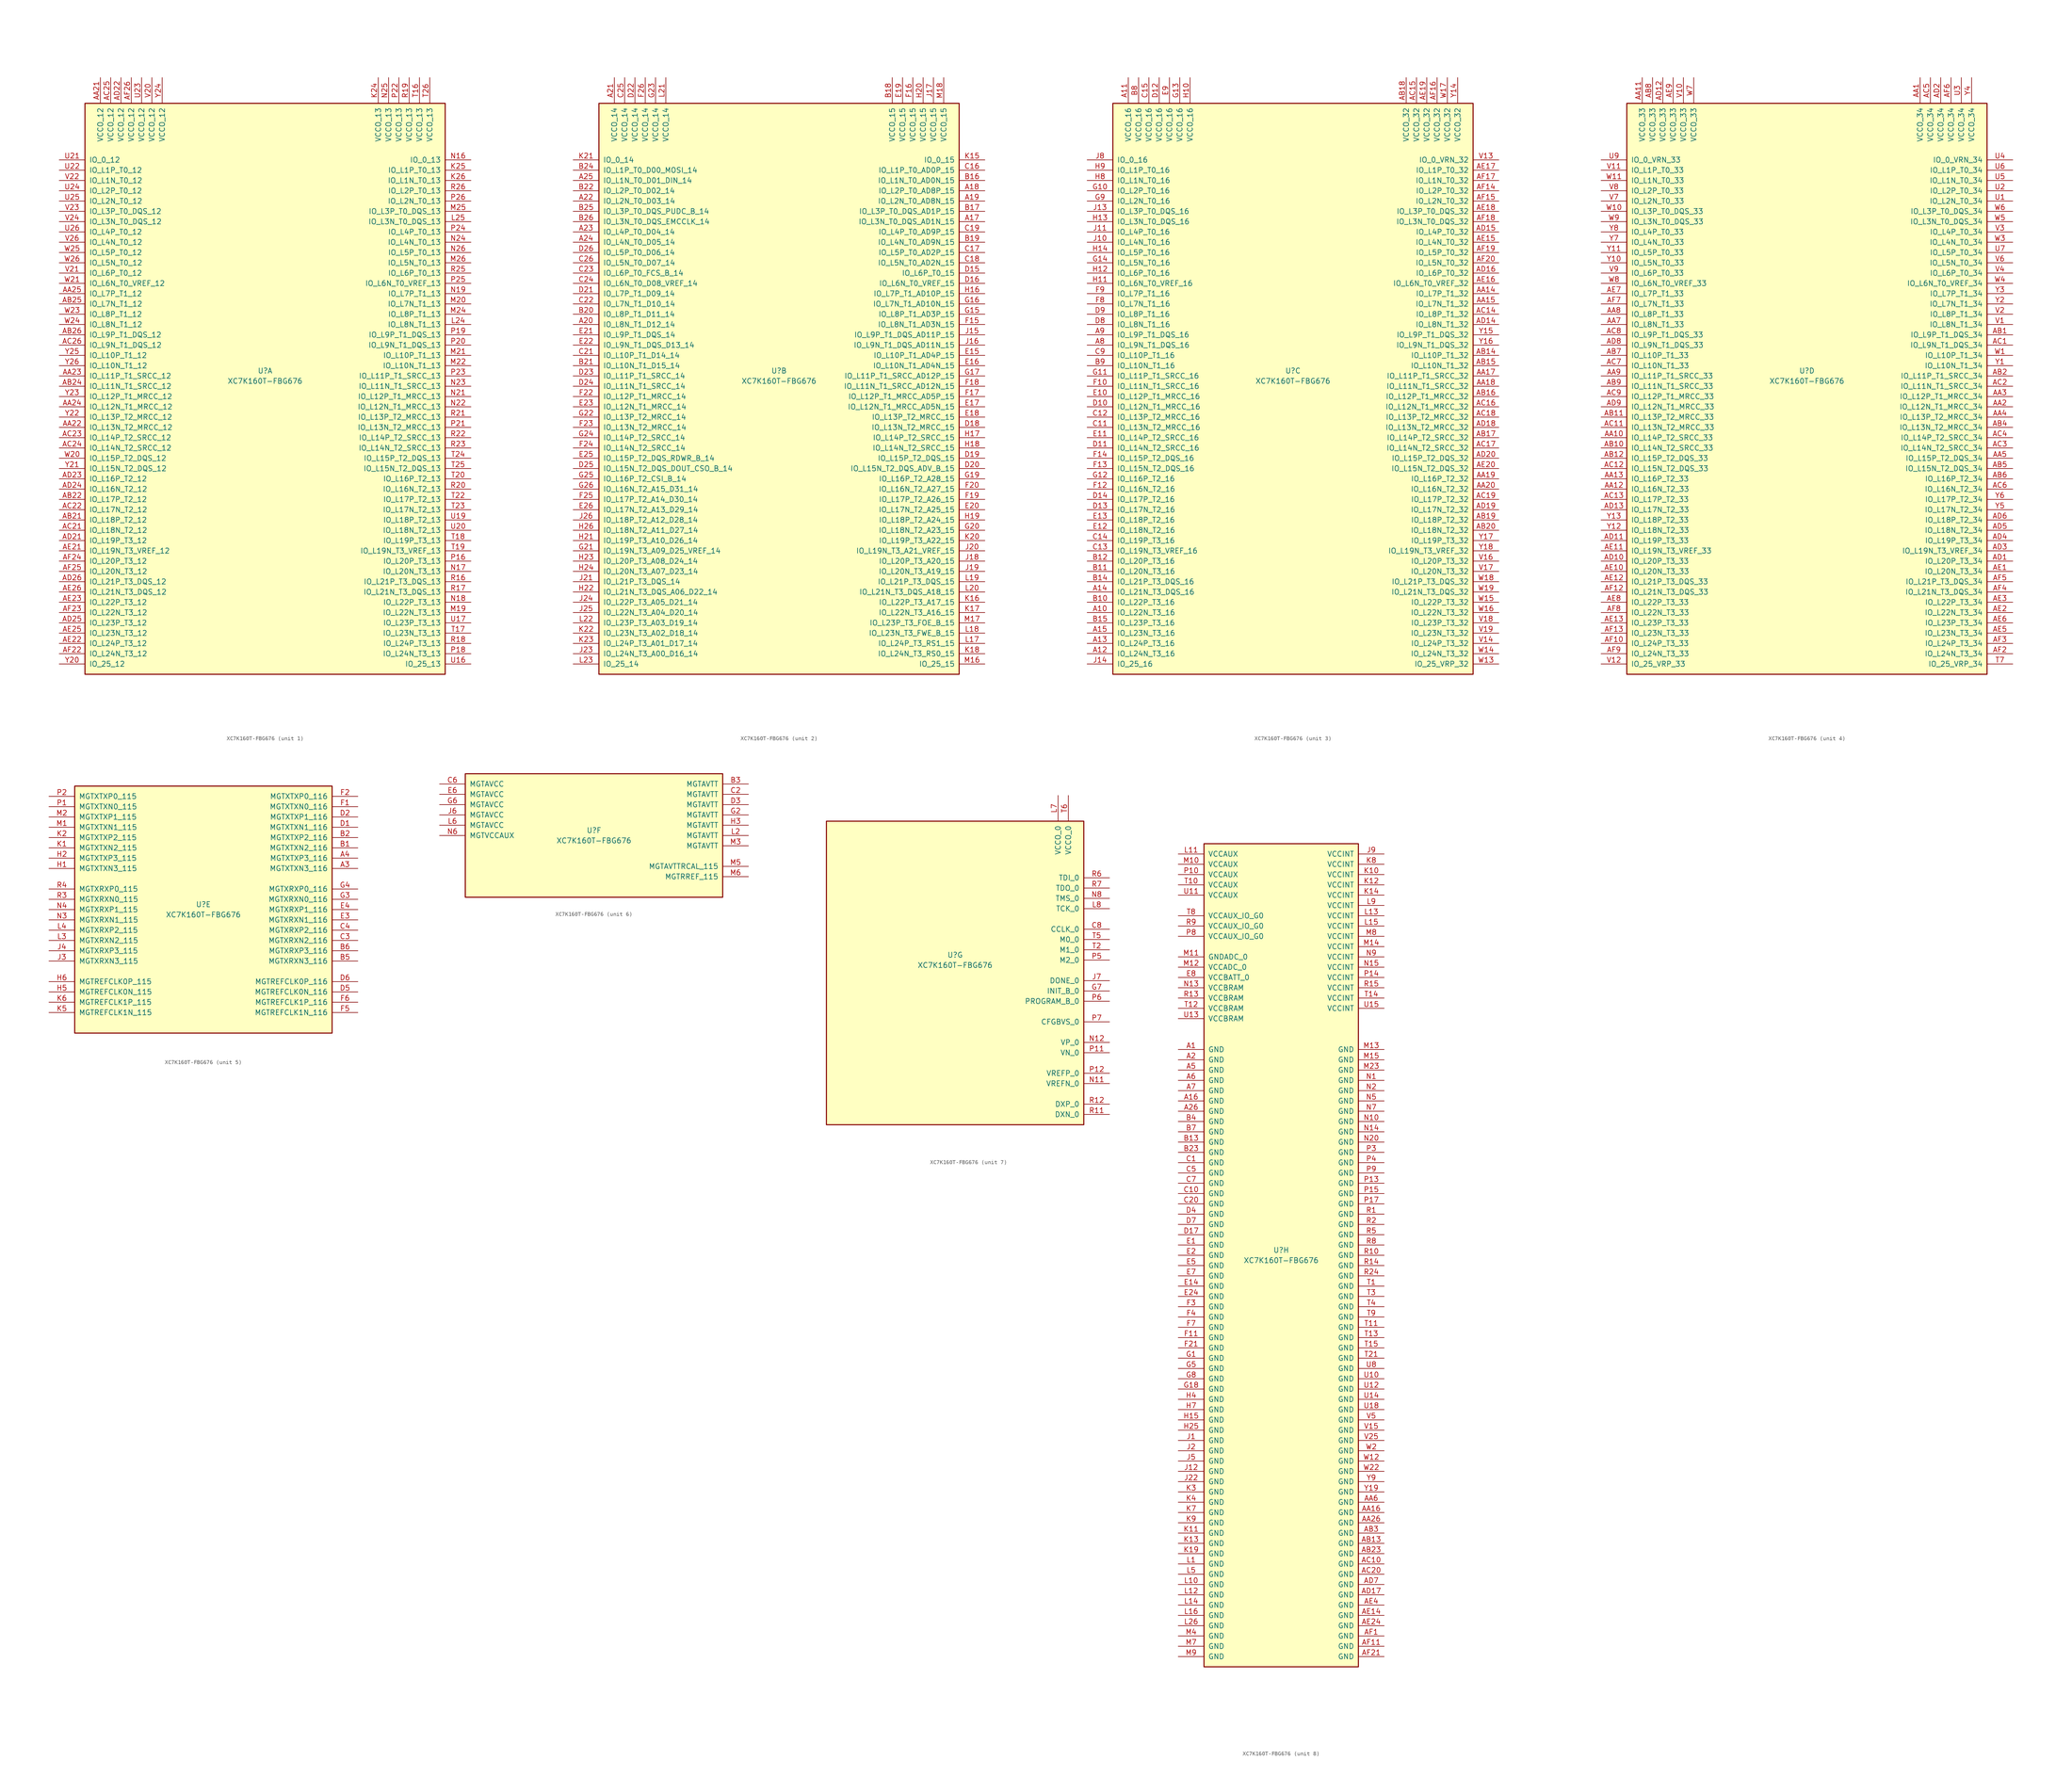
<source format=kicad_sym>
(kicad_symbol_lib
  (version 20231120)
  (generator "kicad_symbol_editor")
  (generator_version "8.0")
  (symbol "XC7K160T-FBG676"
    (pin_names
      (offset 1.016))
    (property "Reference" "U"
      (at 0 1.27 0)
      (effects (font (size 1.27 1.27))))
    (property "Value" "XC7K160T-FBG676"
      (at 0 -1.27 0)
      (effects (font (size 1.27 1.27))))
    (property "Datasheet" ""
      (at 0 0 0)
      (effects (font (size 1.27 1.27))))
    (property "ki_locked" ""
      (at 0 0 0)
      (effects (font (size 1.27 1.27))))
    (symbol "XC7K160T-FBG676_1_1"
      (rectangle (start -44.45 67.31) (end 44.45 -73.66) (stroke (width 0.254) (type default)) (fill (type background)))
      (pin power_in line (at -40.64 73.66 270) (length 6.35) (name "VCCO_12" (effects (font (size 1.27 1.27)))) (number "AA21" (effects (font (size 1.27 1.27)))))
      (pin bidirectional line (at -50.8 -12.7 0) (length 6.35) (name "IO_L13N_T2_MRCC_12" (effects (font (size 1.27 1.27)))) (number "AA22" (effects (font (size 1.27 1.27)))))
      (pin bidirectional line (at -50.8 0 0) (length 6.35) (name "IO_L11P_T1_SRCC_12" (effects (font (size 1.27 1.27)))) (number "AA23" (effects (font (size 1.27 1.27)))))
      (pin bidirectional line (at -50.8 -7.62 0) (length 6.35) (name "IO_L12N_T1_MRCC_12" (effects (font (size 1.27 1.27)))) (number "AA24" (effects (font (size 1.27 1.27)))))
      (pin bidirectional line (at -50.8 20.32 0) (length 6.35) (name "IO_L7P_T1_12" (effects (font (size 1.27 1.27)))) (number "AA25" (effects (font (size 1.27 1.27)))))
      (pin bidirectional line (at -50.8 -35.56 0) (length 6.35) (name "IO_L18P_T2_12" (effects (font (size 1.27 1.27)))) (number "AB21" (effects (font (size 1.27 1.27)))))
      (pin bidirectional line (at -50.8 -30.48 0) (length 6.35) (name "IO_L17P_T2_12" (effects (font (size 1.27 1.27)))) (number "AB22" (effects (font (size 1.27 1.27)))))
      (pin bidirectional line (at -50.8 -2.54 0) (length 6.35) (name "IO_L11N_T1_SRCC_12" (effects (font (size 1.27 1.27)))) (number "AB24" (effects (font (size 1.27 1.27)))))
      (pin bidirectional line (at -50.8 17.78 0) (length 6.35) (name "IO_L7N_T1_12" (effects (font (size 1.27 1.27)))) (number "AB25" (effects (font (size 1.27 1.27)))))
      (pin bidirectional line (at -50.8 10.16 0) (length 6.35) (name "IO_L9P_T1_DQS_12" (effects (font (size 1.27 1.27)))) (number "AB26" (effects (font (size 1.27 1.27)))))
      (pin bidirectional line (at -50.8 -38.1 0) (length 6.35) (name "IO_L18N_T2_12" (effects (font (size 1.27 1.27)))) (number "AC21" (effects (font (size 1.27 1.27)))))
      (pin bidirectional line (at -50.8 -33.02 0) (length 6.35) (name "IO_L17N_T2_12" (effects (font (size 1.27 1.27)))) (number "AC22" (effects (font (size 1.27 1.27)))))
      (pin bidirectional line (at -50.8 -15.24 0) (length 6.35) (name "IO_L14P_T2_SRCC_12" (effects (font (size 1.27 1.27)))) (number "AC23" (effects (font (size 1.27 1.27)))))
      (pin bidirectional line (at -50.8 -17.78 0) (length 6.35) (name "IO_L14N_T2_SRCC_12" (effects (font (size 1.27 1.27)))) (number "AC24" (effects (font (size 1.27 1.27)))))
      (pin power_in line (at -38.1 73.66 270) (length 6.35) (name "VCCO_12" (effects (font (size 1.27 1.27)))) (number "AC25" (effects (font (size 1.27 1.27)))))
      (pin bidirectional line (at -50.8 7.62 0) (length 6.35) (name "IO_L9N_T1_DQS_12" (effects (font (size 1.27 1.27)))) (number "AC26" (effects (font (size 1.27 1.27)))))
      (pin bidirectional line (at -50.8 -40.64 0) (length 6.35) (name "IO_L19P_T3_12" (effects (font (size 1.27 1.27)))) (number "AD21" (effects (font (size 1.27 1.27)))))
      (pin power_in line (at -35.56 73.66 270) (length 6.35) (name "VCCO_12" (effects (font (size 1.27 1.27)))) (number "AD22" (effects (font (size 1.27 1.27)))))
      (pin bidirectional line (at -50.8 -25.4 0) (length 6.35) (name "IO_L16P_T2_12" (effects (font (size 1.27 1.27)))) (number "AD23" (effects (font (size 1.27 1.27)))))
      (pin bidirectional line (at -50.8 -27.94 0) (length 6.35) (name "IO_L16N_T2_12" (effects (font (size 1.27 1.27)))) (number "AD24" (effects (font (size 1.27 1.27)))))
      (pin bidirectional line (at -50.8 -60.96 0) (length 6.35) (name "IO_L23P_T3_12" (effects (font (size 1.27 1.27)))) (number "AD25" (effects (font (size 1.27 1.27)))))
      (pin bidirectional line (at -50.8 -50.8 0) (length 6.35) (name "IO_L21P_T3_DQS_12" (effects (font (size 1.27 1.27)))) (number "AD26" (effects (font (size 1.27 1.27)))))
      (pin bidirectional line (at -50.8 -43.18 0) (length 6.35) (name "IO_L19N_T3_VREF_12" (effects (font (size 1.27 1.27)))) (number "AE21" (effects (font (size 1.27 1.27)))))
      (pin bidirectional line (at -50.8 -66.04 0) (length 6.35) (name "IO_L24P_T3_12" (effects (font (size 1.27 1.27)))) (number "AE22" (effects (font (size 1.27 1.27)))))
      (pin bidirectional line (at -50.8 -55.88 0) (length 6.35) (name "IO_L22P_T3_12" (effects (font (size 1.27 1.27)))) (number "AE23" (effects (font (size 1.27 1.27)))))
      (pin bidirectional line (at -50.8 -63.5 0) (length 6.35) (name "IO_L23N_T3_12" (effects (font (size 1.27 1.27)))) (number "AE25" (effects (font (size 1.27 1.27)))))
      (pin bidirectional line (at -50.8 -53.34 0) (length 6.35) (name "IO_L21N_T3_DQS_12" (effects (font (size 1.27 1.27)))) (number "AE26" (effects (font (size 1.27 1.27)))))
      (pin bidirectional line (at -50.8 -68.58 0) (length 6.35) (name "IO_L24N_T3_12" (effects (font (size 1.27 1.27)))) (number "AF22" (effects (font (size 1.27 1.27)))))
      (pin bidirectional line (at -50.8 -58.42 0) (length 6.35) (name "IO_L22N_T3_12" (effects (font (size 1.27 1.27)))) (number "AF23" (effects (font (size 1.27 1.27)))))
      (pin bidirectional line (at -50.8 -45.72 0) (length 6.35) (name "IO_L20P_T3_12" (effects (font (size 1.27 1.27)))) (number "AF24" (effects (font (size 1.27 1.27)))))
      (pin bidirectional line (at -50.8 -48.26 0) (length 6.35) (name "IO_L20N_T3_12" (effects (font (size 1.27 1.27)))) (number "AF25" (effects (font (size 1.27 1.27)))))
      (pin power_in line (at -33.02 73.66 270) (length 6.35) (name "VCCO_12" (effects (font (size 1.27 1.27)))) (number "AF26" (effects (font (size 1.27 1.27)))))
      (pin power_in line (at 27.94 73.66 270) (length 6.35) (name "VCCO_13" (effects (font (size 1.27 1.27)))) (number "K24" (effects (font (size 1.27 1.27)))))
      (pin bidirectional line (at 50.8 50.8 180) (length 6.35) (name "IO_L1P_T0_13" (effects (font (size 1.27 1.27)))) (number "K25" (effects (font (size 1.27 1.27)))))
      (pin bidirectional line (at 50.8 48.26 180) (length 6.35) (name "IO_L1N_T0_13" (effects (font (size 1.27 1.27)))) (number "K26" (effects (font (size 1.27 1.27)))))
      (pin bidirectional line (at 50.8 12.7 180) (length 6.35) (name "IO_L8N_T1_13" (effects (font (size 1.27 1.27)))) (number "L24" (effects (font (size 1.27 1.27)))))
      (pin bidirectional line (at 50.8 38.1 180) (length 6.35) (name "IO_L3N_T0_DQS_13" (effects (font (size 1.27 1.27)))) (number "L25" (effects (font (size 1.27 1.27)))))
      (pin bidirectional line (at 50.8 -58.42 180) (length 6.35) (name "IO_L22N_T3_13" (effects (font (size 1.27 1.27)))) (number "M19" (effects (font (size 1.27 1.27)))))
      (pin bidirectional line (at 50.8 17.78 180) (length 6.35) (name "IO_L7N_T1_13" (effects (font (size 1.27 1.27)))) (number "M20" (effects (font (size 1.27 1.27)))))
      (pin bidirectional line (at 50.8 5.08 180) (length 6.35) (name "IO_L10P_T1_13" (effects (font (size 1.27 1.27)))) (number "M21" (effects (font (size 1.27 1.27)))))
      (pin bidirectional line (at 50.8 2.54 180) (length 6.35) (name "IO_L10N_T1_13" (effects (font (size 1.27 1.27)))) (number "M22" (effects (font (size 1.27 1.27)))))
      (pin bidirectional line (at 50.8 15.24 180) (length 6.35) (name "IO_L8P_T1_13" (effects (font (size 1.27 1.27)))) (number "M24" (effects (font (size 1.27 1.27)))))
      (pin bidirectional line (at 50.8 40.64 180) (length 6.35) (name "IO_L3P_T0_DQS_13" (effects (font (size 1.27 1.27)))) (number "M25" (effects (font (size 1.27 1.27)))))
      (pin bidirectional line (at 50.8 27.94 180) (length 6.35) (name "IO_L5N_T0_13" (effects (font (size 1.27 1.27)))) (number "M26" (effects (font (size 1.27 1.27)))))
      (pin bidirectional line (at 50.8 53.34 180) (length 6.35) (name "IO_0_13" (effects (font (size 1.27 1.27)))) (number "N16" (effects (font (size 1.27 1.27)))))
      (pin bidirectional line (at 50.8 -48.26 180) (length 6.35) (name "IO_L20N_T3_13" (effects (font (size 1.27 1.27)))) (number "N17" (effects (font (size 1.27 1.27)))))
      (pin bidirectional line (at 50.8 -55.88 180) (length 6.35) (name "IO_L22P_T3_13" (effects (font (size 1.27 1.27)))) (number "N18" (effects (font (size 1.27 1.27)))))
      (pin bidirectional line (at 50.8 20.32 180) (length 6.35) (name "IO_L7P_T1_13" (effects (font (size 1.27 1.27)))) (number "N19" (effects (font (size 1.27 1.27)))))
      (pin bidirectional line (at 50.8 -5.08 180) (length 6.35) (name "IO_L12P_T1_MRCC_13" (effects (font (size 1.27 1.27)))) (number "N21" (effects (font (size 1.27 1.27)))))
      (pin bidirectional line (at 50.8 -7.62 180) (length 6.35) (name "IO_L12N_T1_MRCC_13" (effects (font (size 1.27 1.27)))) (number "N22" (effects (font (size 1.27 1.27)))))
      (pin bidirectional line (at 50.8 -2.54 180) (length 6.35) (name "IO_L11N_T1_SRCC_13" (effects (font (size 1.27 1.27)))) (number "N23" (effects (font (size 1.27 1.27)))))
      (pin bidirectional line (at 50.8 33.02 180) (length 6.35) (name "IO_L4N_T0_13" (effects (font (size 1.27 1.27)))) (number "N24" (effects (font (size 1.27 1.27)))))
      (pin power_in line (at 30.48 73.66 270) (length 6.35) (name "VCCO_13" (effects (font (size 1.27 1.27)))) (number "N25" (effects (font (size 1.27 1.27)))))
      (pin bidirectional line (at 50.8 30.48 180) (length 6.35) (name "IO_L5P_T0_13" (effects (font (size 1.27 1.27)))) (number "N26" (effects (font (size 1.27 1.27)))))
      (pin bidirectional line (at 50.8 -45.72 180) (length 6.35) (name "IO_L20P_T3_13" (effects (font (size 1.27 1.27)))) (number "P16" (effects (font (size 1.27 1.27)))))
      (pin bidirectional line (at 50.8 -68.58 180) (length 6.35) (name "IO_L24N_T3_13" (effects (font (size 1.27 1.27)))) (number "P18" (effects (font (size 1.27 1.27)))))
      (pin bidirectional line (at 50.8 10.16 180) (length 6.35) (name "IO_L9P_T1_DQS_13" (effects (font (size 1.27 1.27)))) (number "P19" (effects (font (size 1.27 1.27)))))
      (pin bidirectional line (at 50.8 7.62 180) (length 6.35) (name "IO_L9N_T1_DQS_13" (effects (font (size 1.27 1.27)))) (number "P20" (effects (font (size 1.27 1.27)))))
      (pin bidirectional line (at 50.8 -12.7 180) (length 6.35) (name "IO_L13N_T2_MRCC_13" (effects (font (size 1.27 1.27)))) (number "P21" (effects (font (size 1.27 1.27)))))
      (pin power_in line (at 33.02 73.66 270) (length 6.35) (name "VCCO_13" (effects (font (size 1.27 1.27)))) (number "P22" (effects (font (size 1.27 1.27)))))
      (pin bidirectional line (at 50.8 0 180) (length 6.35) (name "IO_L11P_T1_SRCC_13" (effects (font (size 1.27 1.27)))) (number "P23" (effects (font (size 1.27 1.27)))))
      (pin bidirectional line (at 50.8 35.56 180) (length 6.35) (name "IO_L4P_T0_13" (effects (font (size 1.27 1.27)))) (number "P24" (effects (font (size 1.27 1.27)))))
      (pin bidirectional line (at 50.8 22.86 180) (length 6.35) (name "IO_L6N_T0_VREF_13" (effects (font (size 1.27 1.27)))) (number "P25" (effects (font (size 1.27 1.27)))))
      (pin bidirectional line (at 50.8 43.18 180) (length 6.35) (name "IO_L2N_T0_13" (effects (font (size 1.27 1.27)))) (number "P26" (effects (font (size 1.27 1.27)))))
      (pin bidirectional line (at 50.8 -50.8 180) (length 6.35) (name "IO_L21P_T3_DQS_13" (effects (font (size 1.27 1.27)))) (number "R16" (effects (font (size 1.27 1.27)))))
      (pin bidirectional line (at 50.8 -53.34 180) (length 6.35) (name "IO_L21N_T3_DQS_13" (effects (font (size 1.27 1.27)))) (number "R17" (effects (font (size 1.27 1.27)))))
      (pin bidirectional line (at 50.8 -66.04 180) (length 6.35) (name "IO_L24P_T3_13" (effects (font (size 1.27 1.27)))) (number "R18" (effects (font (size 1.27 1.27)))))
      (pin power_in line (at 35.56 73.66 270) (length 6.35) (name "VCCO_13" (effects (font (size 1.27 1.27)))) (number "R19" (effects (font (size 1.27 1.27)))))
      (pin bidirectional line (at 50.8 -27.94 180) (length 6.35) (name "IO_L16N_T2_13" (effects (font (size 1.27 1.27)))) (number "R20" (effects (font (size 1.27 1.27)))))
      (pin bidirectional line (at 50.8 -10.16 180) (length 6.35) (name "IO_L13P_T2_MRCC_13" (effects (font (size 1.27 1.27)))) (number "R21" (effects (font (size 1.27 1.27)))))
      (pin bidirectional line (at 50.8 -15.24 180) (length 6.35) (name "IO_L14P_T2_SRCC_13" (effects (font (size 1.27 1.27)))) (number "R22" (effects (font (size 1.27 1.27)))))
      (pin bidirectional line (at 50.8 -17.78 180) (length 6.35) (name "IO_L14N_T2_SRCC_13" (effects (font (size 1.27 1.27)))) (number "R23" (effects (font (size 1.27 1.27)))))
      (pin bidirectional line (at 50.8 25.4 180) (length 6.35) (name "IO_L6P_T0_13" (effects (font (size 1.27 1.27)))) (number "R25" (effects (font (size 1.27 1.27)))))
      (pin bidirectional line (at 50.8 45.72 180) (length 6.35) (name "IO_L2P_T0_13" (effects (font (size 1.27 1.27)))) (number "R26" (effects (font (size 1.27 1.27)))))
      (pin power_in line (at 38.1 73.66 270) (length 6.35) (name "VCCO_13" (effects (font (size 1.27 1.27)))) (number "T16" (effects (font (size 1.27 1.27)))))
      (pin bidirectional line (at 50.8 -63.5 180) (length 6.35) (name "IO_L23N_T3_13" (effects (font (size 1.27 1.27)))) (number "T17" (effects (font (size 1.27 1.27)))))
      (pin bidirectional line (at 50.8 -40.64 180) (length 6.35) (name "IO_L19P_T3_13" (effects (font (size 1.27 1.27)))) (number "T18" (effects (font (size 1.27 1.27)))))
      (pin bidirectional line (at 50.8 -43.18 180) (length 6.35) (name "IO_L19N_T3_VREF_13" (effects (font (size 1.27 1.27)))) (number "T19" (effects (font (size 1.27 1.27)))))
      (pin bidirectional line (at 50.8 -25.4 180) (length 6.35) (name "IO_L16P_T2_13" (effects (font (size 1.27 1.27)))) (number "T20" (effects (font (size 1.27 1.27)))))
      (pin bidirectional line (at 50.8 -30.48 180) (length 6.35) (name "IO_L17P_T2_13" (effects (font (size 1.27 1.27)))) (number "T22" (effects (font (size 1.27 1.27)))))
      (pin bidirectional line (at 50.8 -33.02 180) (length 6.35) (name "IO_L17N_T2_13" (effects (font (size 1.27 1.27)))) (number "T23" (effects (font (size 1.27 1.27)))))
      (pin bidirectional line (at 50.8 -20.32 180) (length 6.35) (name "IO_L15P_T2_DQS_13" (effects (font (size 1.27 1.27)))) (number "T24" (effects (font (size 1.27 1.27)))))
      (pin bidirectional line (at 50.8 -22.86 180) (length 6.35) (name "IO_L15N_T2_DQS_13" (effects (font (size 1.27 1.27)))) (number "T25" (effects (font (size 1.27 1.27)))))
      (pin power_in line (at 40.64 73.66 270) (length 6.35) (name "VCCO_13" (effects (font (size 1.27 1.27)))) (number "T26" (effects (font (size 1.27 1.27)))))
      (pin bidirectional line (at 50.8 -71.12 180) (length 6.35) (name "IO_25_13" (effects (font (size 1.27 1.27)))) (number "U16" (effects (font (size 1.27 1.27)))))
      (pin bidirectional line (at 50.8 -60.96 180) (length 6.35) (name "IO_L23P_T3_13" (effects (font (size 1.27 1.27)))) (number "U17" (effects (font (size 1.27 1.27)))))
      (pin bidirectional line (at 50.8 -35.56 180) (length 6.35) (name "IO_L18P_T2_13" (effects (font (size 1.27 1.27)))) (number "U19" (effects (font (size 1.27 1.27)))))
      (pin bidirectional line (at 50.8 -38.1 180) (length 6.35) (name "IO_L18N_T2_13" (effects (font (size 1.27 1.27)))) (number "U20" (effects (font (size 1.27 1.27)))))
      (pin bidirectional line (at -50.8 53.34 0) (length 6.35) (name "IO_0_12" (effects (font (size 1.27 1.27)))) (number "U21" (effects (font (size 1.27 1.27)))))
      (pin bidirectional line (at -50.8 50.8 0) (length 6.35) (name "IO_L1P_T0_12" (effects (font (size 1.27 1.27)))) (number "U22" (effects (font (size 1.27 1.27)))))
      (pin power_in line (at -30.48 73.66 270) (length 6.35) (name "VCCO_12" (effects (font (size 1.27 1.27)))) (number "U23" (effects (font (size 1.27 1.27)))))
      (pin bidirectional line (at -50.8 45.72 0) (length 6.35) (name "IO_L2P_T0_12" (effects (font (size 1.27 1.27)))) (number "U24" (effects (font (size 1.27 1.27)))))
      (pin bidirectional line (at -50.8 43.18 0) (length 6.35) (name "IO_L2N_T0_12" (effects (font (size 1.27 1.27)))) (number "U25" (effects (font (size 1.27 1.27)))))
      (pin bidirectional line (at -50.8 35.56 0) (length 6.35) (name "IO_L4P_T0_12" (effects (font (size 1.27 1.27)))) (number "U26" (effects (font (size 1.27 1.27)))))
      (pin power_in line (at -27.94 73.66 270) (length 6.35) (name "VCCO_12" (effects (font (size 1.27 1.27)))) (number "V20" (effects (font (size 1.27 1.27)))))
      (pin bidirectional line (at -50.8 25.4 0) (length 6.35) (name "IO_L6P_T0_12" (effects (font (size 1.27 1.27)))) (number "V21" (effects (font (size 1.27 1.27)))))
      (pin bidirectional line (at -50.8 48.26 0) (length 6.35) (name "IO_L1N_T0_12" (effects (font (size 1.27 1.27)))) (number "V22" (effects (font (size 1.27 1.27)))))
      (pin bidirectional line (at -50.8 40.64 0) (length 6.35) (name "IO_L3P_T0_DQS_12" (effects (font (size 1.27 1.27)))) (number "V23" (effects (font (size 1.27 1.27)))))
      (pin bidirectional line (at -50.8 38.1 0) (length 6.35) (name "IO_L3N_T0_DQS_12" (effects (font (size 1.27 1.27)))) (number "V24" (effects (font (size 1.27 1.27)))))
      (pin bidirectional line (at -50.8 33.02 0) (length 6.35) (name "IO_L4N_T0_12" (effects (font (size 1.27 1.27)))) (number "V26" (effects (font (size 1.27 1.27)))))
      (pin bidirectional line (at -50.8 -20.32 0) (length 6.35) (name "IO_L15P_T2_DQS_12" (effects (font (size 1.27 1.27)))) (number "W20" (effects (font (size 1.27 1.27)))))
      (pin bidirectional line (at -50.8 22.86 0) (length 6.35) (name "IO_L6N_T0_VREF_12" (effects (font (size 1.27 1.27)))) (number "W21" (effects (font (size 1.27 1.27)))))
      (pin bidirectional line (at -50.8 15.24 0) (length 6.35) (name "IO_L8P_T1_12" (effects (font (size 1.27 1.27)))) (number "W23" (effects (font (size 1.27 1.27)))))
      (pin bidirectional line (at -50.8 12.7 0) (length 6.35) (name "IO_L8N_T1_12" (effects (font (size 1.27 1.27)))) (number "W24" (effects (font (size 1.27 1.27)))))
      (pin bidirectional line (at -50.8 30.48 0) (length 6.35) (name "IO_L5P_T0_12" (effects (font (size 1.27 1.27)))) (number "W25" (effects (font (size 1.27 1.27)))))
      (pin bidirectional line (at -50.8 27.94 0) (length 6.35) (name "IO_L5N_T0_12" (effects (font (size 1.27 1.27)))) (number "W26" (effects (font (size 1.27 1.27)))))
      (pin bidirectional line (at -50.8 -71.12 0) (length 6.35) (name "IO_25_12" (effects (font (size 1.27 1.27)))) (number "Y20" (effects (font (size 1.27 1.27)))))
      (pin bidirectional line (at -50.8 -22.86 0) (length 6.35) (name "IO_L15N_T2_DQS_12" (effects (font (size 1.27 1.27)))) (number "Y21" (effects (font (size 1.27 1.27)))))
      (pin bidirectional line (at -50.8 -10.16 0) (length 6.35) (name "IO_L13P_T2_MRCC_12" (effects (font (size 1.27 1.27)))) (number "Y22" (effects (font (size 1.27 1.27)))))
      (pin bidirectional line (at -50.8 -5.08 0) (length 6.35) (name "IO_L12P_T1_MRCC_12" (effects (font (size 1.27 1.27)))) (number "Y23" (effects (font (size 1.27 1.27)))))
      (pin power_in line (at -25.4 73.66 270) (length 6.35) (name "VCCO_12" (effects (font (size 1.27 1.27)))) (number "Y24" (effects (font (size 1.27 1.27)))))
      (pin bidirectional line (at -50.8 5.08 0) (length 6.35) (name "IO_L10P_T1_12" (effects (font (size 1.27 1.27)))) (number "Y25" (effects (font (size 1.27 1.27)))))
      (pin bidirectional line (at -50.8 2.54 0) (length 6.35) (name "IO_L10N_T1_12" (effects (font (size 1.27 1.27)))) (number "Y26" (effects (font (size 1.27 1.27))))))
    (symbol "XC7K160T-FBG676_2_1"
      (rectangle (start -44.45 67.31) (end 44.45 -73.66) (stroke (width 0.254) (type default)) (fill (type background)))
      (pin bidirectional line (at 50.8 38.1 180) (length 6.35) (name "IO_L3N_T0_DQS_AD1N_15" (effects (font (size 1.27 1.27)))) (number "A17" (effects (font (size 1.27 1.27)))))
      (pin bidirectional line (at 50.8 45.72 180) (length 6.35) (name "IO_L2P_T0_AD8P_15" (effects (font (size 1.27 1.27)))) (number "A18" (effects (font (size 1.27 1.27)))))
      (pin bidirectional line (at 50.8 43.18 180) (length 6.35) (name "IO_L2N_T0_AD8N_15" (effects (font (size 1.27 1.27)))) (number "A19" (effects (font (size 1.27 1.27)))))
      (pin bidirectional line (at -50.8 12.7 0) (length 6.35) (name "IO_L8N_T1_D12_14" (effects (font (size 1.27 1.27)))) (number "A20" (effects (font (size 1.27 1.27)))))
      (pin power_in line (at -40.64 73.66 270) (length 6.35) (name "VCCO_14" (effects (font (size 1.27 1.27)))) (number "A21" (effects (font (size 1.27 1.27)))))
      (pin bidirectional line (at -50.8 43.18 0) (length 6.35) (name "IO_L2N_T0_D03_14" (effects (font (size 1.27 1.27)))) (number "A22" (effects (font (size 1.27 1.27)))))
      (pin bidirectional line (at -50.8 35.56 0) (length 6.35) (name "IO_L4P_T0_D04_14" (effects (font (size 1.27 1.27)))) (number "A23" (effects (font (size 1.27 1.27)))))
      (pin bidirectional line (at -50.8 33.02 0) (length 6.35) (name "IO_L4N_T0_D05_14" (effects (font (size 1.27 1.27)))) (number "A24" (effects (font (size 1.27 1.27)))))
      (pin bidirectional line (at -50.8 48.26 0) (length 6.35) (name "IO_L1N_T0_D01_DIN_14" (effects (font (size 1.27 1.27)))) (number "A25" (effects (font (size 1.27 1.27)))))
      (pin bidirectional line (at 50.8 48.26 180) (length 6.35) (name "IO_L1N_T0_AD0N_15" (effects (font (size 1.27 1.27)))) (number "B16" (effects (font (size 1.27 1.27)))))
      (pin bidirectional line (at 50.8 40.64 180) (length 6.35) (name "IO_L3P_T0_DQS_AD1P_15" (effects (font (size 1.27 1.27)))) (number "B17" (effects (font (size 1.27 1.27)))))
      (pin power_in line (at 27.94 73.66 270) (length 6.35) (name "VCCO_15" (effects (font (size 1.27 1.27)))) (number "B18" (effects (font (size 1.27 1.27)))))
      (pin bidirectional line (at 50.8 33.02 180) (length 6.35) (name "IO_L4N_T0_AD9N_15" (effects (font (size 1.27 1.27)))) (number "B19" (effects (font (size 1.27 1.27)))))
      (pin bidirectional line (at -50.8 15.24 0) (length 6.35) (name "IO_L8P_T1_D11_14" (effects (font (size 1.27 1.27)))) (number "B20" (effects (font (size 1.27 1.27)))))
      (pin bidirectional line (at -50.8 2.54 0) (length 6.35) (name "IO_L10N_T1_D15_14" (effects (font (size 1.27 1.27)))) (number "B21" (effects (font (size 1.27 1.27)))))
      (pin bidirectional line (at -50.8 45.72 0) (length 6.35) (name "IO_L2P_T0_D02_14" (effects (font (size 1.27 1.27)))) (number "B22" (effects (font (size 1.27 1.27)))))
      (pin bidirectional line (at -50.8 50.8 0) (length 6.35) (name "IO_L1P_T0_D00_MOSI_14" (effects (font (size 1.27 1.27)))) (number "B24" (effects (font (size 1.27 1.27)))))
      (pin bidirectional line (at -50.8 40.64 0) (length 6.35) (name "IO_L3P_T0_DQS_PUDC_B_14" (effects (font (size 1.27 1.27)))) (number "B25" (effects (font (size 1.27 1.27)))))
      (pin bidirectional line (at -50.8 38.1 0) (length 6.35) (name "IO_L3N_T0_DQS_EMCCLK_14" (effects (font (size 1.27 1.27)))) (number "B26" (effects (font (size 1.27 1.27)))))
      (pin bidirectional line (at 50.8 50.8 180) (length 6.35) (name "IO_L1P_T0_AD0P_15" (effects (font (size 1.27 1.27)))) (number "C16" (effects (font (size 1.27 1.27)))))
      (pin bidirectional line (at 50.8 30.48 180) (length 6.35) (name "IO_L5P_T0_AD2P_15" (effects (font (size 1.27 1.27)))) (number "C17" (effects (font (size 1.27 1.27)))))
      (pin bidirectional line (at 50.8 27.94 180) (length 6.35) (name "IO_L5N_T0_AD2N_15" (effects (font (size 1.27 1.27)))) (number "C18" (effects (font (size 1.27 1.27)))))
      (pin bidirectional line (at 50.8 35.56 180) (length 6.35) (name "IO_L4P_T0_AD9P_15" (effects (font (size 1.27 1.27)))) (number "C19" (effects (font (size 1.27 1.27)))))
      (pin bidirectional line (at -50.8 5.08 0) (length 6.35) (name "IO_L10P_T1_D14_14" (effects (font (size 1.27 1.27)))) (number "C21" (effects (font (size 1.27 1.27)))))
      (pin bidirectional line (at -50.8 17.78 0) (length 6.35) (name "IO_L7N_T1_D10_14" (effects (font (size 1.27 1.27)))) (number "C22" (effects (font (size 1.27 1.27)))))
      (pin bidirectional line (at -50.8 25.4 0) (length 6.35) (name "IO_L6P_T0_FCS_B_14" (effects (font (size 1.27 1.27)))) (number "C23" (effects (font (size 1.27 1.27)))))
      (pin bidirectional line (at -50.8 22.86 0) (length 6.35) (name "IO_L6N_T0_D08_VREF_14" (effects (font (size 1.27 1.27)))) (number "C24" (effects (font (size 1.27 1.27)))))
      (pin power_in line (at -38.1 73.66 270) (length 6.35) (name "VCCO_14" (effects (font (size 1.27 1.27)))) (number "C25" (effects (font (size 1.27 1.27)))))
      (pin bidirectional line (at -50.8 27.94 0) (length 6.35) (name "IO_L5N_T0_D07_14" (effects (font (size 1.27 1.27)))) (number "C26" (effects (font (size 1.27 1.27)))))
      (pin bidirectional line (at 50.8 25.4 180) (length 6.35) (name "IO_L6P_T0_15" (effects (font (size 1.27 1.27)))) (number "D15" (effects (font (size 1.27 1.27)))))
      (pin bidirectional line (at 50.8 22.86 180) (length 6.35) (name "IO_L6N_T0_VREF_15" (effects (font (size 1.27 1.27)))) (number "D16" (effects (font (size 1.27 1.27)))))
      (pin bidirectional line (at 50.8 -12.7 180) (length 6.35) (name "IO_L13N_T2_MRCC_15" (effects (font (size 1.27 1.27)))) (number "D18" (effects (font (size 1.27 1.27)))))
      (pin bidirectional line (at 50.8 -20.32 180) (length 6.35) (name "IO_L15P_T2_DQS_15" (effects (font (size 1.27 1.27)))) (number "D19" (effects (font (size 1.27 1.27)))))
      (pin bidirectional line (at 50.8 -22.86 180) (length 6.35) (name "IO_L15N_T2_DQS_ADV_B_15" (effects (font (size 1.27 1.27)))) (number "D20" (effects (font (size 1.27 1.27)))))
      (pin bidirectional line (at -50.8 20.32 0) (length 6.35) (name "IO_L7P_T1_D09_14" (effects (font (size 1.27 1.27)))) (number "D21" (effects (font (size 1.27 1.27)))))
      (pin power_in line (at -35.56 73.66 270) (length 6.35) (name "VCCO_14" (effects (font (size 1.27 1.27)))) (number "D22" (effects (font (size 1.27 1.27)))))
      (pin bidirectional line (at -50.8 0 0) (length 6.35) (name "IO_L11P_T1_SRCC_14" (effects (font (size 1.27 1.27)))) (number "D23" (effects (font (size 1.27 1.27)))))
      (pin bidirectional line (at -50.8 -2.54 0) (length 6.35) (name "IO_L11N_T1_SRCC_14" (effects (font (size 1.27 1.27)))) (number "D24" (effects (font (size 1.27 1.27)))))
      (pin bidirectional line (at -50.8 -22.86 0) (length 6.35) (name "IO_L15N_T2_DQS_DOUT_CSO_B_14" (effects (font (size 1.27 1.27)))) (number "D25" (effects (font (size 1.27 1.27)))))
      (pin bidirectional line (at -50.8 30.48 0) (length 6.35) (name "IO_L5P_T0_D06_14" (effects (font (size 1.27 1.27)))) (number "D26" (effects (font (size 1.27 1.27)))))
      (pin bidirectional line (at 50.8 5.08 180) (length 6.35) (name "IO_L10P_T1_AD4P_15" (effects (font (size 1.27 1.27)))) (number "E15" (effects (font (size 1.27 1.27)))))
      (pin bidirectional line (at 50.8 2.54 180) (length 6.35) (name "IO_L10N_T1_AD4N_15" (effects (font (size 1.27 1.27)))) (number "E16" (effects (font (size 1.27 1.27)))))
      (pin bidirectional line (at 50.8 -7.62 180) (length 6.35) (name "IO_L12N_T1_MRCC_AD5N_15" (effects (font (size 1.27 1.27)))) (number "E17" (effects (font (size 1.27 1.27)))))
      (pin bidirectional line (at 50.8 -10.16 180) (length 6.35) (name "IO_L13P_T2_MRCC_15" (effects (font (size 1.27 1.27)))) (number "E18" (effects (font (size 1.27 1.27)))))
      (pin power_in line (at 30.48 73.66 270) (length 6.35) (name "VCCO_15" (effects (font (size 1.27 1.27)))) (number "E19" (effects (font (size 1.27 1.27)))))
      (pin bidirectional line (at 50.8 -33.02 180) (length 6.35) (name "IO_L17N_T2_A25_15" (effects (font (size 1.27 1.27)))) (number "E20" (effects (font (size 1.27 1.27)))))
      (pin bidirectional line (at -50.8 10.16 0) (length 6.35) (name "IO_L9P_T1_DQS_14" (effects (font (size 1.27 1.27)))) (number "E21" (effects (font (size 1.27 1.27)))))
      (pin bidirectional line (at -50.8 7.62 0) (length 6.35) (name "IO_L9N_T1_DQS_D13_14" (effects (font (size 1.27 1.27)))) (number "E22" (effects (font (size 1.27 1.27)))))
      (pin bidirectional line (at -50.8 -7.62 0) (length 6.35) (name "IO_L12N_T1_MRCC_14" (effects (font (size 1.27 1.27)))) (number "E23" (effects (font (size 1.27 1.27)))))
      (pin bidirectional line (at -50.8 -20.32 0) (length 6.35) (name "IO_L15P_T2_DQS_RDWR_B_14" (effects (font (size 1.27 1.27)))) (number "E25" (effects (font (size 1.27 1.27)))))
      (pin bidirectional line (at -50.8 -33.02 0) (length 6.35) (name "IO_L17N_T2_A13_D29_14" (effects (font (size 1.27 1.27)))) (number "E26" (effects (font (size 1.27 1.27)))))
      (pin bidirectional line (at 50.8 12.7 180) (length 6.35) (name "IO_L8N_T1_AD3N_15" (effects (font (size 1.27 1.27)))) (number "F15" (effects (font (size 1.27 1.27)))))
      (pin power_in line (at 33.02 73.66 270) (length 6.35) (name "VCCO_15" (effects (font (size 1.27 1.27)))) (number "F16" (effects (font (size 1.27 1.27)))))
      (pin bidirectional line (at 50.8 -5.08 180) (length 6.35) (name "IO_L12P_T1_MRCC_AD5P_15" (effects (font (size 1.27 1.27)))) (number "F17" (effects (font (size 1.27 1.27)))))
      (pin bidirectional line (at 50.8 -2.54 180) (length 6.35) (name "IO_L11N_T1_SRCC_AD12N_15" (effects (font (size 1.27 1.27)))) (number "F18" (effects (font (size 1.27 1.27)))))
      (pin bidirectional line (at 50.8 -30.48 180) (length 6.35) (name "IO_L17P_T2_A26_15" (effects (font (size 1.27 1.27)))) (number "F19" (effects (font (size 1.27 1.27)))))
      (pin bidirectional line (at 50.8 -27.94 180) (length 6.35) (name "IO_L16N_T2_A27_15" (effects (font (size 1.27 1.27)))) (number "F20" (effects (font (size 1.27 1.27)))))
      (pin bidirectional line (at -50.8 -5.08 0) (length 6.35) (name "IO_L12P_T1_MRCC_14" (effects (font (size 1.27 1.27)))) (number "F22" (effects (font (size 1.27 1.27)))))
      (pin bidirectional line (at -50.8 -12.7 0) (length 6.35) (name "IO_L13N_T2_MRCC_14" (effects (font (size 1.27 1.27)))) (number "F23" (effects (font (size 1.27 1.27)))))
      (pin bidirectional line (at -50.8 -17.78 0) (length 6.35) (name "IO_L14N_T2_SRCC_14" (effects (font (size 1.27 1.27)))) (number "F24" (effects (font (size 1.27 1.27)))))
      (pin bidirectional line (at -50.8 -30.48 0) (length 6.35) (name "IO_L17P_T2_A14_D30_14" (effects (font (size 1.27 1.27)))) (number "F25" (effects (font (size 1.27 1.27)))))
      (pin power_in line (at -33.02 73.66 270) (length 6.35) (name "VCCO_14" (effects (font (size 1.27 1.27)))) (number "F26" (effects (font (size 1.27 1.27)))))
      (pin bidirectional line (at 50.8 15.24 180) (length 6.35) (name "IO_L8P_T1_AD3P_15" (effects (font (size 1.27 1.27)))) (number "G15" (effects (font (size 1.27 1.27)))))
      (pin bidirectional line (at 50.8 17.78 180) (length 6.35) (name "IO_L7N_T1_AD10N_15" (effects (font (size 1.27 1.27)))) (number "G16" (effects (font (size 1.27 1.27)))))
      (pin bidirectional line (at 50.8 0 180) (length 6.35) (name "IO_L11P_T1_SRCC_AD12P_15" (effects (font (size 1.27 1.27)))) (number "G17" (effects (font (size 1.27 1.27)))))
      (pin bidirectional line (at 50.8 -25.4 180) (length 6.35) (name "IO_L16P_T2_A28_15" (effects (font (size 1.27 1.27)))) (number "G19" (effects (font (size 1.27 1.27)))))
      (pin bidirectional line (at 50.8 -38.1 180) (length 6.35) (name "IO_L18N_T2_A23_15" (effects (font (size 1.27 1.27)))) (number "G20" (effects (font (size 1.27 1.27)))))
      (pin bidirectional line (at -50.8 -43.18 0) (length 6.35) (name "IO_L19N_T3_A09_D25_VREF_14" (effects (font (size 1.27 1.27)))) (number "G21" (effects (font (size 1.27 1.27)))))
      (pin bidirectional line (at -50.8 -10.16 0) (length 6.35) (name "IO_L13P_T2_MRCC_14" (effects (font (size 1.27 1.27)))) (number "G22" (effects (font (size 1.27 1.27)))))
      (pin power_in line (at -30.48 73.66 270) (length 6.35) (name "VCCO_14" (effects (font (size 1.27 1.27)))) (number "G23" (effects (font (size 1.27 1.27)))))
      (pin bidirectional line (at -50.8 -15.24 0) (length 6.35) (name "IO_L14P_T2_SRCC_14" (effects (font (size 1.27 1.27)))) (number "G24" (effects (font (size 1.27 1.27)))))
      (pin bidirectional line (at -50.8 -25.4 0) (length 6.35) (name "IO_L16P_T2_CSI_B_14" (effects (font (size 1.27 1.27)))) (number "G25" (effects (font (size 1.27 1.27)))))
      (pin bidirectional line (at -50.8 -27.94 0) (length 6.35) (name "IO_L16N_T2_A15_D31_14" (effects (font (size 1.27 1.27)))) (number "G26" (effects (font (size 1.27 1.27)))))
      (pin bidirectional line (at 50.8 20.32 180) (length 6.35) (name "IO_L7P_T1_AD10P_15" (effects (font (size 1.27 1.27)))) (number "H16" (effects (font (size 1.27 1.27)))))
      (pin bidirectional line (at 50.8 -15.24 180) (length 6.35) (name "IO_L14P_T2_SRCC_15" (effects (font (size 1.27 1.27)))) (number "H17" (effects (font (size 1.27 1.27)))))
      (pin bidirectional line (at 50.8 -17.78 180) (length 6.35) (name "IO_L14N_T2_SRCC_15" (effects (font (size 1.27 1.27)))) (number "H18" (effects (font (size 1.27 1.27)))))
      (pin bidirectional line (at 50.8 -35.56 180) (length 6.35) (name "IO_L18P_T2_A24_15" (effects (font (size 1.27 1.27)))) (number "H19" (effects (font (size 1.27 1.27)))))
      (pin power_in line (at 35.56 73.66 270) (length 6.35) (name "VCCO_15" (effects (font (size 1.27 1.27)))) (number "H20" (effects (font (size 1.27 1.27)))))
      (pin bidirectional line (at -50.8 -40.64 0) (length 6.35) (name "IO_L19P_T3_A10_D26_14" (effects (font (size 1.27 1.27)))) (number "H21" (effects (font (size 1.27 1.27)))))
      (pin bidirectional line (at -50.8 -53.34 0) (length 6.35) (name "IO_L21N_T3_DQS_A06_D22_14" (effects (font (size 1.27 1.27)))) (number "H22" (effects (font (size 1.27 1.27)))))
      (pin bidirectional line (at -50.8 -45.72 0) (length 6.35) (name "IO_L20P_T3_A08_D24_14" (effects (font (size 1.27 1.27)))) (number "H23" (effects (font (size 1.27 1.27)))))
      (pin bidirectional line (at -50.8 -48.26 0) (length 6.35) (name "IO_L20N_T3_A07_D23_14" (effects (font (size 1.27 1.27)))) (number "H24" (effects (font (size 1.27 1.27)))))
      (pin bidirectional line (at -50.8 -38.1 0) (length 6.35) (name "IO_L18N_T2_A11_D27_14" (effects (font (size 1.27 1.27)))) (number "H26" (effects (font (size 1.27 1.27)))))
      (pin bidirectional line (at 50.8 10.16 180) (length 6.35) (name "IO_L9P_T1_DQS_AD11P_15" (effects (font (size 1.27 1.27)))) (number "J15" (effects (font (size 1.27 1.27)))))
      (pin bidirectional line (at 50.8 7.62 180) (length 6.35) (name "IO_L9N_T1_DQS_AD11N_15" (effects (font (size 1.27 1.27)))) (number "J16" (effects (font (size 1.27 1.27)))))
      (pin power_in line (at 38.1 73.66 270) (length 6.35) (name "VCCO_15" (effects (font (size 1.27 1.27)))) (number "J17" (effects (font (size 1.27 1.27)))))
      (pin bidirectional line (at 50.8 -45.72 180) (length 6.35) (name "IO_L20P_T3_A20_15" (effects (font (size 1.27 1.27)))) (number "J18" (effects (font (size 1.27 1.27)))))
      (pin bidirectional line (at 50.8 -48.26 180) (length 6.35) (name "IO_L20N_T3_A19_15" (effects (font (size 1.27 1.27)))) (number "J19" (effects (font (size 1.27 1.27)))))
      (pin bidirectional line (at 50.8 -43.18 180) (length 6.35) (name "IO_L19N_T3_A21_VREF_15" (effects (font (size 1.27 1.27)))) (number "J20" (effects (font (size 1.27 1.27)))))
      (pin bidirectional line (at -50.8 -50.8 0) (length 6.35) (name "IO_L21P_T3_DQS_14" (effects (font (size 1.27 1.27)))) (number "J21" (effects (font (size 1.27 1.27)))))
      (pin bidirectional line (at -50.8 -68.58 0) (length 6.35) (name "IO_L24N_T3_A00_D16_14" (effects (font (size 1.27 1.27)))) (number "J23" (effects (font (size 1.27 1.27)))))
      (pin bidirectional line (at -50.8 -55.88 0) (length 6.35) (name "IO_L22P_T3_A05_D21_14" (effects (font (size 1.27 1.27)))) (number "J24" (effects (font (size 1.27 1.27)))))
      (pin bidirectional line (at -50.8 -58.42 0) (length 6.35) (name "IO_L22N_T3_A04_D20_14" (effects (font (size 1.27 1.27)))) (number "J25" (effects (font (size 1.27 1.27)))))
      (pin bidirectional line (at -50.8 -35.56 0) (length 6.35) (name "IO_L18P_T2_A12_D28_14" (effects (font (size 1.27 1.27)))) (number "J26" (effects (font (size 1.27 1.27)))))
      (pin bidirectional line (at 50.8 53.34 180) (length 6.35) (name "IO_0_15" (effects (font (size 1.27 1.27)))) (number "K15" (effects (font (size 1.27 1.27)))))
      (pin bidirectional line (at 50.8 -55.88 180) (length 6.35) (name "IO_L22P_T3_A17_15" (effects (font (size 1.27 1.27)))) (number "K16" (effects (font (size 1.27 1.27)))))
      (pin bidirectional line (at 50.8 -58.42 180) (length 6.35) (name "IO_L22N_T3_A16_15" (effects (font (size 1.27 1.27)))) (number "K17" (effects (font (size 1.27 1.27)))))
      (pin bidirectional line (at 50.8 -68.58 180) (length 6.35) (name "IO_L24N_T3_RS0_15" (effects (font (size 1.27 1.27)))) (number "K18" (effects (font (size 1.27 1.27)))))
      (pin bidirectional line (at 50.8 -40.64 180) (length 6.35) (name "IO_L19P_T3_A22_15" (effects (font (size 1.27 1.27)))) (number "K20" (effects (font (size 1.27 1.27)))))
      (pin bidirectional line (at -50.8 53.34 0) (length 6.35) (name "IO_0_14" (effects (font (size 1.27 1.27)))) (number "K21" (effects (font (size 1.27 1.27)))))
      (pin bidirectional line (at -50.8 -63.5 0) (length 6.35) (name "IO_L23N_T3_A02_D18_14" (effects (font (size 1.27 1.27)))) (number "K22" (effects (font (size 1.27 1.27)))))
      (pin bidirectional line (at -50.8 -66.04 0) (length 6.35) (name "IO_L24P_T3_A01_D17_14" (effects (font (size 1.27 1.27)))) (number "K23" (effects (font (size 1.27 1.27)))))
      (pin bidirectional line (at 50.8 -66.04 180) (length 6.35) (name "IO_L24P_T3_RS1_15" (effects (font (size 1.27 1.27)))) (number "L17" (effects (font (size 1.27 1.27)))))
      (pin bidirectional line (at 50.8 -63.5 180) (length 6.35) (name "IO_L23N_T3_FWE_B_15" (effects (font (size 1.27 1.27)))) (number "L18" (effects (font (size 1.27 1.27)))))
      (pin bidirectional line (at 50.8 -50.8 180) (length 6.35) (name "IO_L21P_T3_DQS_15" (effects (font (size 1.27 1.27)))) (number "L19" (effects (font (size 1.27 1.27)))))
      (pin bidirectional line (at 50.8 -53.34 180) (length 6.35) (name "IO_L21N_T3_DQS_A18_15" (effects (font (size 1.27 1.27)))) (number "L20" (effects (font (size 1.27 1.27)))))
      (pin power_in line (at -27.94 73.66 270) (length 6.35) (name "VCCO_14" (effects (font (size 1.27 1.27)))) (number "L21" (effects (font (size 1.27 1.27)))))
      (pin bidirectional line (at -50.8 -60.96 0) (length 6.35) (name "IO_L23P_T3_A03_D19_14" (effects (font (size 1.27 1.27)))) (number "L22" (effects (font (size 1.27 1.27)))))
      (pin bidirectional line (at -50.8 -71.12 0) (length 6.35) (name "IO_25_14" (effects (font (size 1.27 1.27)))) (number "L23" (effects (font (size 1.27 1.27)))))
      (pin bidirectional line (at 50.8 -71.12 180) (length 6.35) (name "IO_25_15" (effects (font (size 1.27 1.27)))) (number "M16" (effects (font (size 1.27 1.27)))))
      (pin bidirectional line (at 50.8 -60.96 180) (length 6.35) (name "IO_L23P_T3_FOE_B_15" (effects (font (size 1.27 1.27)))) (number "M17" (effects (font (size 1.27 1.27)))))
      (pin power_in line (at 40.64 73.66 270) (length 6.35) (name "VCCO_15" (effects (font (size 1.27 1.27)))) (number "M18" (effects (font (size 1.27 1.27))))))
    (symbol "XC7K160T-FBG676_3_1"
      (rectangle (start -44.45 67.31) (end 44.45 -73.66) (stroke (width 0.254) (type default)) (fill (type background)))
      (pin bidirectional line (at -50.8 -58.42 0) (length 6.35) (name "IO_L22N_T3_16" (effects (font (size 1.27 1.27)))) (number "A10" (effects (font (size 1.27 1.27)))))
      (pin power_in line (at -40.64 73.66 270) (length 6.35) (name "VCCO_16" (effects (font (size 1.27 1.27)))) (number "A11" (effects (font (size 1.27 1.27)))))
      (pin bidirectional line (at -50.8 -68.58 0) (length 6.35) (name "IO_L24N_T3_16" (effects (font (size 1.27 1.27)))) (number "A12" (effects (font (size 1.27 1.27)))))
      (pin bidirectional line (at -50.8 -66.04 0) (length 6.35) (name "IO_L24P_T3_16" (effects (font (size 1.27 1.27)))) (number "A13" (effects (font (size 1.27 1.27)))))
      (pin bidirectional line (at -50.8 -53.34 0) (length 6.35) (name "IO_L21N_T3_DQS_16" (effects (font (size 1.27 1.27)))) (number "A14" (effects (font (size 1.27 1.27)))))
      (pin bidirectional line (at -50.8 -63.5 0) (length 6.35) (name "IO_L23N_T3_16" (effects (font (size 1.27 1.27)))) (number "A15" (effects (font (size 1.27 1.27)))))
      (pin bidirectional line (at -50.8 7.62 0) (length 6.35) (name "IO_L9N_T1_DQS_16" (effects (font (size 1.27 1.27)))) (number "A8" (effects (font (size 1.27 1.27)))))
      (pin bidirectional line (at -50.8 10.16 0) (length 6.35) (name "IO_L9P_T1_DQS_16" (effects (font (size 1.27 1.27)))) (number "A9" (effects (font (size 1.27 1.27)))))
      (pin bidirectional line (at 50.8 20.32 180) (length 6.35) (name "IO_L7P_T1_32" (effects (font (size 1.27 1.27)))) (number "AA14" (effects (font (size 1.27 1.27)))))
      (pin bidirectional line (at 50.8 17.78 180) (length 6.35) (name "IO_L7N_T1_32" (effects (font (size 1.27 1.27)))) (number "AA15" (effects (font (size 1.27 1.27)))))
      (pin bidirectional line (at 50.8 0 180) (length 6.35) (name "IO_L11P_T1_SRCC_32" (effects (font (size 1.27 1.27)))) (number "AA17" (effects (font (size 1.27 1.27)))))
      (pin bidirectional line (at 50.8 -2.54 180) (length 6.35) (name "IO_L11N_T1_SRCC_32" (effects (font (size 1.27 1.27)))) (number "AA18" (effects (font (size 1.27 1.27)))))
      (pin bidirectional line (at 50.8 -25.4 180) (length 6.35) (name "IO_L16P_T2_32" (effects (font (size 1.27 1.27)))) (number "AA19" (effects (font (size 1.27 1.27)))))
      (pin bidirectional line (at 50.8 -27.94 180) (length 6.35) (name "IO_L16N_T2_32" (effects (font (size 1.27 1.27)))) (number "AA20" (effects (font (size 1.27 1.27)))))
      (pin bidirectional line (at 50.8 5.08 180) (length 6.35) (name "IO_L10P_T1_32" (effects (font (size 1.27 1.27)))) (number "AB14" (effects (font (size 1.27 1.27)))))
      (pin bidirectional line (at 50.8 2.54 180) (length 6.35) (name "IO_L10N_T1_32" (effects (font (size 1.27 1.27)))) (number "AB15" (effects (font (size 1.27 1.27)))))
      (pin bidirectional line (at 50.8 -5.08 180) (length 6.35) (name "IO_L12P_T1_MRCC_32" (effects (font (size 1.27 1.27)))) (number "AB16" (effects (font (size 1.27 1.27)))))
      (pin bidirectional line (at 50.8 -15.24 180) (length 6.35) (name "IO_L14P_T2_SRCC_32" (effects (font (size 1.27 1.27)))) (number "AB17" (effects (font (size 1.27 1.27)))))
      (pin power_in line (at 27.94 73.66 270) (length 6.35) (name "VCCO_32" (effects (font (size 1.27 1.27)))) (number "AB18" (effects (font (size 1.27 1.27)))))
      (pin bidirectional line (at 50.8 -35.56 180) (length 6.35) (name "IO_L18P_T2_32" (effects (font (size 1.27 1.27)))) (number "AB19" (effects (font (size 1.27 1.27)))))
      (pin bidirectional line (at 50.8 -38.1 180) (length 6.35) (name "IO_L18N_T2_32" (effects (font (size 1.27 1.27)))) (number "AB20" (effects (font (size 1.27 1.27)))))
      (pin bidirectional line (at 50.8 15.24 180) (length 6.35) (name "IO_L8P_T1_32" (effects (font (size 1.27 1.27)))) (number "AC14" (effects (font (size 1.27 1.27)))))
      (pin power_in line (at 30.48 73.66 270) (length 6.35) (name "VCCO_32" (effects (font (size 1.27 1.27)))) (number "AC15" (effects (font (size 1.27 1.27)))))
      (pin bidirectional line (at 50.8 -7.62 180) (length 6.35) (name "IO_L12N_T1_MRCC_32" (effects (font (size 1.27 1.27)))) (number "AC16" (effects (font (size 1.27 1.27)))))
      (pin bidirectional line (at 50.8 -17.78 180) (length 6.35) (name "IO_L14N_T2_SRCC_32" (effects (font (size 1.27 1.27)))) (number "AC17" (effects (font (size 1.27 1.27)))))
      (pin bidirectional line (at 50.8 -10.16 180) (length 6.35) (name "IO_L13P_T2_MRCC_32" (effects (font (size 1.27 1.27)))) (number "AC18" (effects (font (size 1.27 1.27)))))
      (pin bidirectional line (at 50.8 -30.48 180) (length 6.35) (name "IO_L17P_T2_32" (effects (font (size 1.27 1.27)))) (number "AC19" (effects (font (size 1.27 1.27)))))
      (pin bidirectional line (at 50.8 12.7 180) (length 6.35) (name "IO_L8N_T1_32" (effects (font (size 1.27 1.27)))) (number "AD14" (effects (font (size 1.27 1.27)))))
      (pin bidirectional line (at 50.8 35.56 180) (length 6.35) (name "IO_L4P_T0_32" (effects (font (size 1.27 1.27)))) (number "AD15" (effects (font (size 1.27 1.27)))))
      (pin bidirectional line (at 50.8 25.4 180) (length 6.35) (name "IO_L6P_T0_32" (effects (font (size 1.27 1.27)))) (number "AD16" (effects (font (size 1.27 1.27)))))
      (pin bidirectional line (at 50.8 -12.7 180) (length 6.35) (name "IO_L13N_T2_MRCC_32" (effects (font (size 1.27 1.27)))) (number "AD18" (effects (font (size 1.27 1.27)))))
      (pin bidirectional line (at 50.8 -33.02 180) (length 6.35) (name "IO_L17N_T2_32" (effects (font (size 1.27 1.27)))) (number "AD19" (effects (font (size 1.27 1.27)))))
      (pin bidirectional line (at 50.8 -20.32 180) (length 6.35) (name "IO_L15P_T2_DQS_32" (effects (font (size 1.27 1.27)))) (number "AD20" (effects (font (size 1.27 1.27)))))
      (pin bidirectional line (at 50.8 33.02 180) (length 6.35) (name "IO_L4N_T0_32" (effects (font (size 1.27 1.27)))) (number "AE15" (effects (font (size 1.27 1.27)))))
      (pin bidirectional line (at 50.8 22.86 180) (length 6.35) (name "IO_L6N_T0_VREF_32" (effects (font (size 1.27 1.27)))) (number "AE16" (effects (font (size 1.27 1.27)))))
      (pin bidirectional line (at 50.8 50.8 180) (length 6.35) (name "IO_L1P_T0_32" (effects (font (size 1.27 1.27)))) (number "AE17" (effects (font (size 1.27 1.27)))))
      (pin bidirectional line (at 50.8 40.64 180) (length 6.35) (name "IO_L3P_T0_DQS_32" (effects (font (size 1.27 1.27)))) (number "AE18" (effects (font (size 1.27 1.27)))))
      (pin power_in line (at 33.02 73.66 270) (length 6.35) (name "VCCO_32" (effects (font (size 1.27 1.27)))) (number "AE19" (effects (font (size 1.27 1.27)))))
      (pin bidirectional line (at 50.8 -22.86 180) (length 6.35) (name "IO_L15N_T2_DQS_32" (effects (font (size 1.27 1.27)))) (number "AE20" (effects (font (size 1.27 1.27)))))
      (pin bidirectional line (at 50.8 45.72 180) (length 6.35) (name "IO_L2P_T0_32" (effects (font (size 1.27 1.27)))) (number "AF14" (effects (font (size 1.27 1.27)))))
      (pin bidirectional line (at 50.8 43.18 180) (length 6.35) (name "IO_L2N_T0_32" (effects (font (size 1.27 1.27)))) (number "AF15" (effects (font (size 1.27 1.27)))))
      (pin power_in line (at 35.56 73.66 270) (length 6.35) (name "VCCO_32" (effects (font (size 1.27 1.27)))) (number "AF16" (effects (font (size 1.27 1.27)))))
      (pin bidirectional line (at 50.8 48.26 180) (length 6.35) (name "IO_L1N_T0_32" (effects (font (size 1.27 1.27)))) (number "AF17" (effects (font (size 1.27 1.27)))))
      (pin bidirectional line (at 50.8 38.1 180) (length 6.35) (name "IO_L3N_T0_DQS_32" (effects (font (size 1.27 1.27)))) (number "AF18" (effects (font (size 1.27 1.27)))))
      (pin bidirectional line (at 50.8 30.48 180) (length 6.35) (name "IO_L5P_T0_32" (effects (font (size 1.27 1.27)))) (number "AF19" (effects (font (size 1.27 1.27)))))
      (pin bidirectional line (at 50.8 27.94 180) (length 6.35) (name "IO_L5N_T0_32" (effects (font (size 1.27 1.27)))) (number "AF20" (effects (font (size 1.27 1.27)))))
      (pin bidirectional line (at -50.8 -55.88 0) (length 6.35) (name "IO_L22P_T3_16" (effects (font (size 1.27 1.27)))) (number "B10" (effects (font (size 1.27 1.27)))))
      (pin bidirectional line (at -50.8 -48.26 0) (length 6.35) (name "IO_L20N_T3_16" (effects (font (size 1.27 1.27)))) (number "B11" (effects (font (size 1.27 1.27)))))
      (pin bidirectional line (at -50.8 -45.72 0) (length 6.35) (name "IO_L20P_T3_16" (effects (font (size 1.27 1.27)))) (number "B12" (effects (font (size 1.27 1.27)))))
      (pin bidirectional line (at -50.8 -50.8 0) (length 6.35) (name "IO_L21P_T3_DQS_16" (effects (font (size 1.27 1.27)))) (number "B14" (effects (font (size 1.27 1.27)))))
      (pin bidirectional line (at -50.8 -60.96 0) (length 6.35) (name "IO_L23P_T3_16" (effects (font (size 1.27 1.27)))) (number "B15" (effects (font (size 1.27 1.27)))))
      (pin power_in line (at -38.1 73.66 270) (length 6.35) (name "VCCO_16" (effects (font (size 1.27 1.27)))) (number "B8" (effects (font (size 1.27 1.27)))))
      (pin bidirectional line (at -50.8 2.54 0) (length 6.35) (name "IO_L10N_T1_16" (effects (font (size 1.27 1.27)))) (number "B9" (effects (font (size 1.27 1.27)))))
      (pin bidirectional line (at -50.8 -12.7 0) (length 6.35) (name "IO_L13N_T2_MRCC_16" (effects (font (size 1.27 1.27)))) (number "C11" (effects (font (size 1.27 1.27)))))
      (pin bidirectional line (at -50.8 -10.16 0) (length 6.35) (name "IO_L13P_T2_MRCC_16" (effects (font (size 1.27 1.27)))) (number "C12" (effects (font (size 1.27 1.27)))))
      (pin bidirectional line (at -50.8 -43.18 0) (length 6.35) (name "IO_L19N_T3_VREF_16" (effects (font (size 1.27 1.27)))) (number "C13" (effects (font (size 1.27 1.27)))))
      (pin bidirectional line (at -50.8 -40.64 0) (length 6.35) (name "IO_L19P_T3_16" (effects (font (size 1.27 1.27)))) (number "C14" (effects (font (size 1.27 1.27)))))
      (pin power_in line (at -35.56 73.66 270) (length 6.35) (name "VCCO_16" (effects (font (size 1.27 1.27)))) (number "C15" (effects (font (size 1.27 1.27)))))
      (pin bidirectional line (at -50.8 5.08 0) (length 6.35) (name "IO_L10P_T1_16" (effects (font (size 1.27 1.27)))) (number "C9" (effects (font (size 1.27 1.27)))))
      (pin bidirectional line (at -50.8 -7.62 0) (length 6.35) (name "IO_L12N_T1_MRCC_16" (effects (font (size 1.27 1.27)))) (number "D10" (effects (font (size 1.27 1.27)))))
      (pin bidirectional line (at -50.8 -17.78 0) (length 6.35) (name "IO_L14N_T2_SRCC_16" (effects (font (size 1.27 1.27)))) (number "D11" (effects (font (size 1.27 1.27)))))
      (pin power_in line (at -33.02 73.66 270) (length 6.35) (name "VCCO_16" (effects (font (size 1.27 1.27)))) (number "D12" (effects (font (size 1.27 1.27)))))
      (pin bidirectional line (at -50.8 -33.02 0) (length 6.35) (name "IO_L17N_T2_16" (effects (font (size 1.27 1.27)))) (number "D13" (effects (font (size 1.27 1.27)))))
      (pin bidirectional line (at -50.8 -30.48 0) (length 6.35) (name "IO_L17P_T2_16" (effects (font (size 1.27 1.27)))) (number "D14" (effects (font (size 1.27 1.27)))))
      (pin bidirectional line (at -50.8 12.7 0) (length 6.35) (name "IO_L8N_T1_16" (effects (font (size 1.27 1.27)))) (number "D8" (effects (font (size 1.27 1.27)))))
      (pin bidirectional line (at -50.8 15.24 0) (length 6.35) (name "IO_L8P_T1_16" (effects (font (size 1.27 1.27)))) (number "D9" (effects (font (size 1.27 1.27)))))
      (pin bidirectional line (at -50.8 -5.08 0) (length 6.35) (name "IO_L12P_T1_MRCC_16" (effects (font (size 1.27 1.27)))) (number "E10" (effects (font (size 1.27 1.27)))))
      (pin bidirectional line (at -50.8 -15.24 0) (length 6.35) (name "IO_L14P_T2_SRCC_16" (effects (font (size 1.27 1.27)))) (number "E11" (effects (font (size 1.27 1.27)))))
      (pin bidirectional line (at -50.8 -38.1 0) (length 6.35) (name "IO_L18N_T2_16" (effects (font (size 1.27 1.27)))) (number "E12" (effects (font (size 1.27 1.27)))))
      (pin bidirectional line (at -50.8 -35.56 0) (length 6.35) (name "IO_L18P_T2_16" (effects (font (size 1.27 1.27)))) (number "E13" (effects (font (size 1.27 1.27)))))
      (pin power_in line (at -30.48 73.66 270) (length 6.35) (name "VCCO_16" (effects (font (size 1.27 1.27)))) (number "E9" (effects (font (size 1.27 1.27)))))
      (pin bidirectional line (at -50.8 -2.54 0) (length 6.35) (name "IO_L11N_T1_SRCC_16" (effects (font (size 1.27 1.27)))) (number "F10" (effects (font (size 1.27 1.27)))))
      (pin bidirectional line (at -50.8 -27.94 0) (length 6.35) (name "IO_L16N_T2_16" (effects (font (size 1.27 1.27)))) (number "F12" (effects (font (size 1.27 1.27)))))
      (pin bidirectional line (at -50.8 -22.86 0) (length 6.35) (name "IO_L15N_T2_DQS_16" (effects (font (size 1.27 1.27)))) (number "F13" (effects (font (size 1.27 1.27)))))
      (pin bidirectional line (at -50.8 -20.32 0) (length 6.35) (name "IO_L15P_T2_DQS_16" (effects (font (size 1.27 1.27)))) (number "F14" (effects (font (size 1.27 1.27)))))
      (pin bidirectional line (at -50.8 17.78 0) (length 6.35) (name "IO_L7N_T1_16" (effects (font (size 1.27 1.27)))) (number "F8" (effects (font (size 1.27 1.27)))))
      (pin bidirectional line (at -50.8 20.32 0) (length 6.35) (name "IO_L7P_T1_16" (effects (font (size 1.27 1.27)))) (number "F9" (effects (font (size 1.27 1.27)))))
      (pin bidirectional line (at -50.8 45.72 0) (length 6.35) (name "IO_L2P_T0_16" (effects (font (size 1.27 1.27)))) (number "G10" (effects (font (size 1.27 1.27)))))
      (pin bidirectional line (at -50.8 0 0) (length 6.35) (name "IO_L11P_T1_SRCC_16" (effects (font (size 1.27 1.27)))) (number "G11" (effects (font (size 1.27 1.27)))))
      (pin bidirectional line (at -50.8 -25.4 0) (length 6.35) (name "IO_L16P_T2_16" (effects (font (size 1.27 1.27)))) (number "G12" (effects (font (size 1.27 1.27)))))
      (pin power_in line (at -27.94 73.66 270) (length 6.35) (name "VCCO_16" (effects (font (size 1.27 1.27)))) (number "G13" (effects (font (size 1.27 1.27)))))
      (pin bidirectional line (at -50.8 27.94 0) (length 6.35) (name "IO_L5N_T0_16" (effects (font (size 1.27 1.27)))) (number "G14" (effects (font (size 1.27 1.27)))))
      (pin bidirectional line (at -50.8 43.18 0) (length 6.35) (name "IO_L2N_T0_16" (effects (font (size 1.27 1.27)))) (number "G9" (effects (font (size 1.27 1.27)))))
      (pin power_in line (at -25.4 73.66 270) (length 6.35) (name "VCCO_16" (effects (font (size 1.27 1.27)))) (number "H10" (effects (font (size 1.27 1.27)))))
      (pin bidirectional line (at -50.8 22.86 0) (length 6.35) (name "IO_L6N_T0_VREF_16" (effects (font (size 1.27 1.27)))) (number "H11" (effects (font (size 1.27 1.27)))))
      (pin bidirectional line (at -50.8 25.4 0) (length 6.35) (name "IO_L6P_T0_16" (effects (font (size 1.27 1.27)))) (number "H12" (effects (font (size 1.27 1.27)))))
      (pin bidirectional line (at -50.8 38.1 0) (length 6.35) (name "IO_L3N_T0_DQS_16" (effects (font (size 1.27 1.27)))) (number "H13" (effects (font (size 1.27 1.27)))))
      (pin bidirectional line (at -50.8 30.48 0) (length 6.35) (name "IO_L5P_T0_16" (effects (font (size 1.27 1.27)))) (number "H14" (effects (font (size 1.27 1.27)))))
      (pin bidirectional line (at -50.8 48.26 0) (length 6.35) (name "IO_L1N_T0_16" (effects (font (size 1.27 1.27)))) (number "H8" (effects (font (size 1.27 1.27)))))
      (pin bidirectional line (at -50.8 50.8 0) (length 6.35) (name "IO_L1P_T0_16" (effects (font (size 1.27 1.27)))) (number "H9" (effects (font (size 1.27 1.27)))))
      (pin bidirectional line (at -50.8 33.02 0) (length 6.35) (name "IO_L4N_T0_16" (effects (font (size 1.27 1.27)))) (number "J10" (effects (font (size 1.27 1.27)))))
      (pin bidirectional line (at -50.8 35.56 0) (length 6.35) (name "IO_L4P_T0_16" (effects (font (size 1.27 1.27)))) (number "J11" (effects (font (size 1.27 1.27)))))
      (pin bidirectional line (at -50.8 40.64 0) (length 6.35) (name "IO_L3P_T0_DQS_16" (effects (font (size 1.27 1.27)))) (number "J13" (effects (font (size 1.27 1.27)))))
      (pin bidirectional line (at -50.8 -71.12 0) (length 6.35) (name "IO_25_16" (effects (font (size 1.27 1.27)))) (number "J14" (effects (font (size 1.27 1.27)))))
      (pin bidirectional line (at -50.8 53.34 0) (length 6.35) (name "IO_0_16" (effects (font (size 1.27 1.27)))) (number "J8" (effects (font (size 1.27 1.27)))))
      (pin bidirectional line (at 50.8 53.34 180) (length 6.35) (name "IO_0_VRN_32" (effects (font (size 1.27 1.27)))) (number "V13" (effects (font (size 1.27 1.27)))))
      (pin bidirectional line (at 50.8 -66.04 180) (length 6.35) (name "IO_L24P_T3_32" (effects (font (size 1.27 1.27)))) (number "V14" (effects (font (size 1.27 1.27)))))
      (pin bidirectional line (at 50.8 -45.72 180) (length 6.35) (name "IO_L20P_T3_32" (effects (font (size 1.27 1.27)))) (number "V16" (effects (font (size 1.27 1.27)))))
      (pin bidirectional line (at 50.8 -48.26 180) (length 6.35) (name "IO_L20N_T3_32" (effects (font (size 1.27 1.27)))) (number "V17" (effects (font (size 1.27 1.27)))))
      (pin bidirectional line (at 50.8 -60.96 180) (length 6.35) (name "IO_L23P_T3_32" (effects (font (size 1.27 1.27)))) (number "V18" (effects (font (size 1.27 1.27)))))
      (pin bidirectional line (at 50.8 -63.5 180) (length 6.35) (name "IO_L23N_T3_32" (effects (font (size 1.27 1.27)))) (number "V19" (effects (font (size 1.27 1.27)))))
      (pin bidirectional line (at 50.8 -71.12 180) (length 6.35) (name "IO_25_VRP_32" (effects (font (size 1.27 1.27)))) (number "W13" (effects (font (size 1.27 1.27)))))
      (pin bidirectional line (at 50.8 -68.58 180) (length 6.35) (name "IO_L24N_T3_32" (effects (font (size 1.27 1.27)))) (number "W14" (effects (font (size 1.27 1.27)))))
      (pin bidirectional line (at 50.8 -55.88 180) (length 6.35) (name "IO_L22P_T3_32" (effects (font (size 1.27 1.27)))) (number "W15" (effects (font (size 1.27 1.27)))))
      (pin bidirectional line (at 50.8 -58.42 180) (length 6.35) (name "IO_L22N_T3_32" (effects (font (size 1.27 1.27)))) (number "W16" (effects (font (size 1.27 1.27)))))
      (pin power_in line (at 38.1 73.66 270) (length 6.35) (name "VCCO_32" (effects (font (size 1.27 1.27)))) (number "W17" (effects (font (size 1.27 1.27)))))
      (pin bidirectional line (at 50.8 -50.8 180) (length 6.35) (name "IO_L21P_T3_DQS_32" (effects (font (size 1.27 1.27)))) (number "W18" (effects (font (size 1.27 1.27)))))
      (pin bidirectional line (at 50.8 -53.34 180) (length 6.35) (name "IO_L21N_T3_DQS_32" (effects (font (size 1.27 1.27)))) (number "W19" (effects (font (size 1.27 1.27)))))
      (pin power_in line (at 40.64 73.66 270) (length 6.35) (name "VCCO_32" (effects (font (size 1.27 1.27)))) (number "Y14" (effects (font (size 1.27 1.27)))))
      (pin bidirectional line (at 50.8 10.16 180) (length 6.35) (name "IO_L9P_T1_DQS_32" (effects (font (size 1.27 1.27)))) (number "Y15" (effects (font (size 1.27 1.27)))))
      (pin bidirectional line (at 50.8 7.62 180) (length 6.35) (name "IO_L9N_T1_DQS_32" (effects (font (size 1.27 1.27)))) (number "Y16" (effects (font (size 1.27 1.27)))))
      (pin bidirectional line (at 50.8 -40.64 180) (length 6.35) (name "IO_L19P_T3_32" (effects (font (size 1.27 1.27)))) (number "Y17" (effects (font (size 1.27 1.27)))))
      (pin bidirectional line (at 50.8 -43.18 180) (length 6.35) (name "IO_L19N_T3_VREF_32" (effects (font (size 1.27 1.27)))) (number "Y18" (effects (font (size 1.27 1.27))))))
    (symbol "XC7K160T-FBG676_4_1"
      (rectangle (start -44.45 67.31) (end 44.45 -73.66) (stroke (width 0.254) (type default)) (fill (type background)))
      (pin power_in line (at 27.94 73.66 270) (length 6.35) (name "VCCO_34" (effects (font (size 1.27 1.27)))) (number "AA1" (effects (font (size 1.27 1.27)))))
      (pin bidirectional line (at -50.8 -15.24 0) (length 6.35) (name "IO_L14P_T2_SRCC_33" (effects (font (size 1.27 1.27)))) (number "AA10" (effects (font (size 1.27 1.27)))))
      (pin power_in line (at -40.64 73.66 270) (length 6.35) (name "VCCO_33" (effects (font (size 1.27 1.27)))) (number "AA11" (effects (font (size 1.27 1.27)))))
      (pin bidirectional line (at -50.8 -27.94 0) (length 6.35) (name "IO_L16N_T2_33" (effects (font (size 1.27 1.27)))) (number "AA12" (effects (font (size 1.27 1.27)))))
      (pin bidirectional line (at -50.8 -25.4 0) (length 6.35) (name "IO_L16P_T2_33" (effects (font (size 1.27 1.27)))) (number "AA13" (effects (font (size 1.27 1.27)))))
      (pin bidirectional line (at 50.8 -7.62 180) (length 6.35) (name "IO_L12N_T1_MRCC_34" (effects (font (size 1.27 1.27)))) (number "AA2" (effects (font (size 1.27 1.27)))))
      (pin bidirectional line (at 50.8 -5.08 180) (length 6.35) (name "IO_L12P_T1_MRCC_34" (effects (font (size 1.27 1.27)))) (number "AA3" (effects (font (size 1.27 1.27)))))
      (pin bidirectional line (at 50.8 -10.16 180) (length 6.35) (name "IO_L13P_T2_MRCC_34" (effects (font (size 1.27 1.27)))) (number "AA4" (effects (font (size 1.27 1.27)))))
      (pin bidirectional line (at 50.8 -20.32 180) (length 6.35) (name "IO_L15P_T2_DQS_34" (effects (font (size 1.27 1.27)))) (number "AA5" (effects (font (size 1.27 1.27)))))
      (pin bidirectional line (at -50.8 12.7 0) (length 6.35) (name "IO_L8N_T1_33" (effects (font (size 1.27 1.27)))) (number "AA7" (effects (font (size 1.27 1.27)))))
      (pin bidirectional line (at -50.8 15.24 0) (length 6.35) (name "IO_L8P_T1_33" (effects (font (size 1.27 1.27)))) (number "AA8" (effects (font (size 1.27 1.27)))))
      (pin bidirectional line (at -50.8 0 0) (length 6.35) (name "IO_L11P_T1_SRCC_33" (effects (font (size 1.27 1.27)))) (number "AA9" (effects (font (size 1.27 1.27)))))
      (pin bidirectional line (at 50.8 10.16 180) (length 6.35) (name "IO_L9P_T1_DQS_34" (effects (font (size 1.27 1.27)))) (number "AB1" (effects (font (size 1.27 1.27)))))
      (pin bidirectional line (at -50.8 -17.78 0) (length 6.35) (name "IO_L14N_T2_SRCC_33" (effects (font (size 1.27 1.27)))) (number "AB10" (effects (font (size 1.27 1.27)))))
      (pin bidirectional line (at -50.8 -10.16 0) (length 6.35) (name "IO_L13P_T2_MRCC_33" (effects (font (size 1.27 1.27)))) (number "AB11" (effects (font (size 1.27 1.27)))))
      (pin bidirectional line (at -50.8 -20.32 0) (length 6.35) (name "IO_L15P_T2_DQS_33" (effects (font (size 1.27 1.27)))) (number "AB12" (effects (font (size 1.27 1.27)))))
      (pin bidirectional line (at 50.8 0 180) (length 6.35) (name "IO_L11P_T1_SRCC_34" (effects (font (size 1.27 1.27)))) (number "AB2" (effects (font (size 1.27 1.27)))))
      (pin bidirectional line (at 50.8 -12.7 180) (length 6.35) (name "IO_L13N_T2_MRCC_34" (effects (font (size 1.27 1.27)))) (number "AB4" (effects (font (size 1.27 1.27)))))
      (pin bidirectional line (at 50.8 -22.86 180) (length 6.35) (name "IO_L15N_T2_DQS_34" (effects (font (size 1.27 1.27)))) (number "AB5" (effects (font (size 1.27 1.27)))))
      (pin bidirectional line (at 50.8 -25.4 180) (length 6.35) (name "IO_L16P_T2_34" (effects (font (size 1.27 1.27)))) (number "AB6" (effects (font (size 1.27 1.27)))))
      (pin bidirectional line (at -50.8 5.08 0) (length 6.35) (name "IO_L10P_T1_33" (effects (font (size 1.27 1.27)))) (number "AB7" (effects (font (size 1.27 1.27)))))
      (pin power_in line (at -38.1 73.66 270) (length 6.35) (name "VCCO_33" (effects (font (size 1.27 1.27)))) (number "AB8" (effects (font (size 1.27 1.27)))))
      (pin bidirectional line (at -50.8 -2.54 0) (length 6.35) (name "IO_L11N_T1_SRCC_33" (effects (font (size 1.27 1.27)))) (number "AB9" (effects (font (size 1.27 1.27)))))
      (pin bidirectional line (at 50.8 7.62 180) (length 6.35) (name "IO_L9N_T1_DQS_34" (effects (font (size 1.27 1.27)))) (number "AC1" (effects (font (size 1.27 1.27)))))
      (pin bidirectional line (at -50.8 -12.7 0) (length 6.35) (name "IO_L13N_T2_MRCC_33" (effects (font (size 1.27 1.27)))) (number "AC11" (effects (font (size 1.27 1.27)))))
      (pin bidirectional line (at -50.8 -22.86 0) (length 6.35) (name "IO_L15N_T2_DQS_33" (effects (font (size 1.27 1.27)))) (number "AC12" (effects (font (size 1.27 1.27)))))
      (pin bidirectional line (at -50.8 -30.48 0) (length 6.35) (name "IO_L17P_T2_33" (effects (font (size 1.27 1.27)))) (number "AC13" (effects (font (size 1.27 1.27)))))
      (pin bidirectional line (at 50.8 -2.54 180) (length 6.35) (name "IO_L11N_T1_SRCC_34" (effects (font (size 1.27 1.27)))) (number "AC2" (effects (font (size 1.27 1.27)))))
      (pin bidirectional line (at 50.8 -17.78 180) (length 6.35) (name "IO_L14N_T2_SRCC_34" (effects (font (size 1.27 1.27)))) (number "AC3" (effects (font (size 1.27 1.27)))))
      (pin bidirectional line (at 50.8 -15.24 180) (length 6.35) (name "IO_L14P_T2_SRCC_34" (effects (font (size 1.27 1.27)))) (number "AC4" (effects (font (size 1.27 1.27)))))
      (pin power_in line (at 30.48 73.66 270) (length 6.35) (name "VCCO_34" (effects (font (size 1.27 1.27)))) (number "AC5" (effects (font (size 1.27 1.27)))))
      (pin bidirectional line (at 50.8 -27.94 180) (length 6.35) (name "IO_L16N_T2_34" (effects (font (size 1.27 1.27)))) (number "AC6" (effects (font (size 1.27 1.27)))))
      (pin bidirectional line (at -50.8 2.54 0) (length 6.35) (name "IO_L10N_T1_33" (effects (font (size 1.27 1.27)))) (number "AC7" (effects (font (size 1.27 1.27)))))
      (pin bidirectional line (at -50.8 10.16 0) (length 6.35) (name "IO_L9P_T1_DQS_33" (effects (font (size 1.27 1.27)))) (number "AC8" (effects (font (size 1.27 1.27)))))
      (pin bidirectional line (at -50.8 -5.08 0) (length 6.35) (name "IO_L12P_T1_MRCC_33" (effects (font (size 1.27 1.27)))) (number "AC9" (effects (font (size 1.27 1.27)))))
      (pin bidirectional line (at 50.8 -45.72 180) (length 6.35) (name "IO_L20P_T3_34" (effects (font (size 1.27 1.27)))) (number "AD1" (effects (font (size 1.27 1.27)))))
      (pin bidirectional line (at -50.8 -45.72 0) (length 6.35) (name "IO_L20P_T3_33" (effects (font (size 1.27 1.27)))) (number "AD10" (effects (font (size 1.27 1.27)))))
      (pin bidirectional line (at -50.8 -40.64 0) (length 6.35) (name "IO_L19P_T3_33" (effects (font (size 1.27 1.27)))) (number "AD11" (effects (font (size 1.27 1.27)))))
      (pin power_in line (at -35.56 73.66 270) (length 6.35) (name "VCCO_33" (effects (font (size 1.27 1.27)))) (number "AD12" (effects (font (size 1.27 1.27)))))
      (pin bidirectional line (at -50.8 -33.02 0) (length 6.35) (name "IO_L17N_T2_33" (effects (font (size 1.27 1.27)))) (number "AD13" (effects (font (size 1.27 1.27)))))
      (pin power_in line (at 33.02 73.66 270) (length 6.35) (name "VCCO_34" (effects (font (size 1.27 1.27)))) (number "AD2" (effects (font (size 1.27 1.27)))))
      (pin bidirectional line (at 50.8 -43.18 180) (length 6.35) (name "IO_L19N_T3_VREF_34" (effects (font (size 1.27 1.27)))) (number "AD3" (effects (font (size 1.27 1.27)))))
      (pin bidirectional line (at 50.8 -40.64 180) (length 6.35) (name "IO_L19P_T3_34" (effects (font (size 1.27 1.27)))) (number "AD4" (effects (font (size 1.27 1.27)))))
      (pin bidirectional line (at 50.8 -38.1 180) (length 6.35) (name "IO_L18N_T2_34" (effects (font (size 1.27 1.27)))) (number "AD5" (effects (font (size 1.27 1.27)))))
      (pin bidirectional line (at 50.8 -35.56 180) (length 6.35) (name "IO_L18P_T2_34" (effects (font (size 1.27 1.27)))) (number "AD6" (effects (font (size 1.27 1.27)))))
      (pin bidirectional line (at -50.8 7.62 0) (length 6.35) (name "IO_L9N_T1_DQS_33" (effects (font (size 1.27 1.27)))) (number "AD8" (effects (font (size 1.27 1.27)))))
      (pin bidirectional line (at -50.8 -7.62 0) (length 6.35) (name "IO_L12N_T1_MRCC_33" (effects (font (size 1.27 1.27)))) (number "AD9" (effects (font (size 1.27 1.27)))))
      (pin bidirectional line (at 50.8 -48.26 180) (length 6.35) (name "IO_L20N_T3_34" (effects (font (size 1.27 1.27)))) (number "AE1" (effects (font (size 1.27 1.27)))))
      (pin bidirectional line (at -50.8 -48.26 0) (length 6.35) (name "IO_L20N_T3_33" (effects (font (size 1.27 1.27)))) (number "AE10" (effects (font (size 1.27 1.27)))))
      (pin bidirectional line (at -50.8 -43.18 0) (length 6.35) (name "IO_L19N_T3_VREF_33" (effects (font (size 1.27 1.27)))) (number "AE11" (effects (font (size 1.27 1.27)))))
      (pin bidirectional line (at -50.8 -50.8 0) (length 6.35) (name "IO_L21P_T3_DQS_33" (effects (font (size 1.27 1.27)))) (number "AE12" (effects (font (size 1.27 1.27)))))
      (pin bidirectional line (at -50.8 -60.96 0) (length 6.35) (name "IO_L23P_T3_33" (effects (font (size 1.27 1.27)))) (number "AE13" (effects (font (size 1.27 1.27)))))
      (pin bidirectional line (at 50.8 -58.42 180) (length 6.35) (name "IO_L22N_T3_34" (effects (font (size 1.27 1.27)))) (number "AE2" (effects (font (size 1.27 1.27)))))
      (pin bidirectional line (at 50.8 -55.88 180) (length 6.35) (name "IO_L22P_T3_34" (effects (font (size 1.27 1.27)))) (number "AE3" (effects (font (size 1.27 1.27)))))
      (pin bidirectional line (at 50.8 -63.5 180) (length 6.35) (name "IO_L23N_T3_34" (effects (font (size 1.27 1.27)))) (number "AE5" (effects (font (size 1.27 1.27)))))
      (pin bidirectional line (at 50.8 -60.96 180) (length 6.35) (name "IO_L23P_T3_34" (effects (font (size 1.27 1.27)))) (number "AE6" (effects (font (size 1.27 1.27)))))
      (pin bidirectional line (at -50.8 20.32 0) (length 6.35) (name "IO_L7P_T1_33" (effects (font (size 1.27 1.27)))) (number "AE7" (effects (font (size 1.27 1.27)))))
      (pin bidirectional line (at -50.8 -55.88 0) (length 6.35) (name "IO_L22P_T3_33" (effects (font (size 1.27 1.27)))) (number "AE8" (effects (font (size 1.27 1.27)))))
      (pin power_in line (at -33.02 73.66 270) (length 6.35) (name "VCCO_33" (effects (font (size 1.27 1.27)))) (number "AE9" (effects (font (size 1.27 1.27)))))
      (pin bidirectional line (at -50.8 -66.04 0) (length 6.35) (name "IO_L24P_T3_33" (effects (font (size 1.27 1.27)))) (number "AF10" (effects (font (size 1.27 1.27)))))
      (pin bidirectional line (at -50.8 -53.34 0) (length 6.35) (name "IO_L21N_T3_DQS_33" (effects (font (size 1.27 1.27)))) (number "AF12" (effects (font (size 1.27 1.27)))))
      (pin bidirectional line (at -50.8 -63.5 0) (length 6.35) (name "IO_L23N_T3_33" (effects (font (size 1.27 1.27)))) (number "AF13" (effects (font (size 1.27 1.27)))))
      (pin bidirectional line (at 50.8 -68.58 180) (length 6.35) (name "IO_L24N_T3_34" (effects (font (size 1.27 1.27)))) (number "AF2" (effects (font (size 1.27 1.27)))))
      (pin bidirectional line (at 50.8 -66.04 180) (length 6.35) (name "IO_L24P_T3_34" (effects (font (size 1.27 1.27)))) (number "AF3" (effects (font (size 1.27 1.27)))))
      (pin bidirectional line (at 50.8 -53.34 180) (length 6.35) (name "IO_L21N_T3_DQS_34" (effects (font (size 1.27 1.27)))) (number "AF4" (effects (font (size 1.27 1.27)))))
      (pin bidirectional line (at 50.8 -50.8 180) (length 6.35) (name "IO_L21P_T3_DQS_34" (effects (font (size 1.27 1.27)))) (number "AF5" (effects (font (size 1.27 1.27)))))
      (pin power_in line (at 35.56 73.66 270) (length 6.35) (name "VCCO_34" (effects (font (size 1.27 1.27)))) (number "AF6" (effects (font (size 1.27 1.27)))))
      (pin bidirectional line (at -50.8 17.78 0) (length 6.35) (name "IO_L7N_T1_33" (effects (font (size 1.27 1.27)))) (number "AF7" (effects (font (size 1.27 1.27)))))
      (pin bidirectional line (at -50.8 -58.42 0) (length 6.35) (name "IO_L22N_T3_33" (effects (font (size 1.27 1.27)))) (number "AF8" (effects (font (size 1.27 1.27)))))
      (pin bidirectional line (at -50.8 -68.58 0) (length 6.35) (name "IO_L24N_T3_33" (effects (font (size 1.27 1.27)))) (number "AF9" (effects (font (size 1.27 1.27)))))
      (pin bidirectional line (at 50.8 -71.12 180) (length 6.35) (name "IO_25_VRP_34" (effects (font (size 1.27 1.27)))) (number "T7" (effects (font (size 1.27 1.27)))))
      (pin bidirectional line (at 50.8 43.18 180) (length 6.35) (name "IO_L2N_T0_34" (effects (font (size 1.27 1.27)))) (number "U1" (effects (font (size 1.27 1.27)))))
      (pin bidirectional line (at 50.8 45.72 180) (length 6.35) (name "IO_L2P_T0_34" (effects (font (size 1.27 1.27)))) (number "U2" (effects (font (size 1.27 1.27)))))
      (pin power_in line (at 38.1 73.66 270) (length 6.35) (name "VCCO_34" (effects (font (size 1.27 1.27)))) (number "U3" (effects (font (size 1.27 1.27)))))
      (pin bidirectional line (at 50.8 53.34 180) (length 6.35) (name "IO_0_VRN_34" (effects (font (size 1.27 1.27)))) (number "U4" (effects (font (size 1.27 1.27)))))
      (pin bidirectional line (at 50.8 48.26 180) (length 6.35) (name "IO_L1N_T0_34" (effects (font (size 1.27 1.27)))) (number "U5" (effects (font (size 1.27 1.27)))))
      (pin bidirectional line (at 50.8 50.8 180) (length 6.35) (name "IO_L1P_T0_34" (effects (font (size 1.27 1.27)))) (number "U6" (effects (font (size 1.27 1.27)))))
      (pin bidirectional line (at 50.8 30.48 180) (length 6.35) (name "IO_L5P_T0_34" (effects (font (size 1.27 1.27)))) (number "U7" (effects (font (size 1.27 1.27)))))
      (pin bidirectional line (at -50.8 53.34 0) (length 6.35) (name "IO_0_VRN_33" (effects (font (size 1.27 1.27)))) (number "U9" (effects (font (size 1.27 1.27)))))
      (pin bidirectional line (at 50.8 12.7 180) (length 6.35) (name "IO_L8N_T1_34" (effects (font (size 1.27 1.27)))) (number "V1" (effects (font (size 1.27 1.27)))))
      (pin power_in line (at -30.48 73.66 270) (length 6.35) (name "VCCO_33" (effects (font (size 1.27 1.27)))) (number "V10" (effects (font (size 1.27 1.27)))))
      (pin bidirectional line (at -50.8 50.8 0) (length 6.35) (name "IO_L1P_T0_33" (effects (font (size 1.27 1.27)))) (number "V11" (effects (font (size 1.27 1.27)))))
      (pin bidirectional line (at -50.8 -71.12 0) (length 6.35) (name "IO_25_VRP_33" (effects (font (size 1.27 1.27)))) (number "V12" (effects (font (size 1.27 1.27)))))
      (pin bidirectional line (at 50.8 15.24 180) (length 6.35) (name "IO_L8P_T1_34" (effects (font (size 1.27 1.27)))) (number "V2" (effects (font (size 1.27 1.27)))))
      (pin bidirectional line (at 50.8 35.56 180) (length 6.35) (name "IO_L4P_T0_34" (effects (font (size 1.27 1.27)))) (number "V3" (effects (font (size 1.27 1.27)))))
      (pin bidirectional line (at 50.8 25.4 180) (length 6.35) (name "IO_L6P_T0_34" (effects (font (size 1.27 1.27)))) (number "V4" (effects (font (size 1.27 1.27)))))
      (pin bidirectional line (at 50.8 27.94 180) (length 6.35) (name "IO_L5N_T0_34" (effects (font (size 1.27 1.27)))) (number "V6" (effects (font (size 1.27 1.27)))))
      (pin bidirectional line (at -50.8 43.18 0) (length 6.35) (name "IO_L2N_T0_33" (effects (font (size 1.27 1.27)))) (number "V7" (effects (font (size 1.27 1.27)))))
      (pin bidirectional line (at -50.8 45.72 0) (length 6.35) (name "IO_L2P_T0_33" (effects (font (size 1.27 1.27)))) (number "V8" (effects (font (size 1.27 1.27)))))
      (pin bidirectional line (at -50.8 25.4 0) (length 6.35) (name "IO_L6P_T0_33" (effects (font (size 1.27 1.27)))) (number "V9" (effects (font (size 1.27 1.27)))))
      (pin bidirectional line (at 50.8 5.08 180) (length 6.35) (name "IO_L10P_T1_34" (effects (font (size 1.27 1.27)))) (number "W1" (effects (font (size 1.27 1.27)))))
      (pin bidirectional line (at -50.8 40.64 0) (length 6.35) (name "IO_L3P_T0_DQS_33" (effects (font (size 1.27 1.27)))) (number "W10" (effects (font (size 1.27 1.27)))))
      (pin bidirectional line (at -50.8 48.26 0) (length 6.35) (name "IO_L1N_T0_33" (effects (font (size 1.27 1.27)))) (number "W11" (effects (font (size 1.27 1.27)))))
      (pin bidirectional line (at 50.8 33.02 180) (length 6.35) (name "IO_L4N_T0_34" (effects (font (size 1.27 1.27)))) (number "W3" (effects (font (size 1.27 1.27)))))
      (pin bidirectional line (at 50.8 22.86 180) (length 6.35) (name "IO_L6N_T0_VREF_34" (effects (font (size 1.27 1.27)))) (number "W4" (effects (font (size 1.27 1.27)))))
      (pin bidirectional line (at 50.8 38.1 180) (length 6.35) (name "IO_L3N_T0_DQS_34" (effects (font (size 1.27 1.27)))) (number "W5" (effects (font (size 1.27 1.27)))))
      (pin bidirectional line (at 50.8 40.64 180) (length 6.35) (name "IO_L3P_T0_DQS_34" (effects (font (size 1.27 1.27)))) (number "W6" (effects (font (size 1.27 1.27)))))
      (pin power_in line (at -27.94 73.66 270) (length 6.35) (name "VCCO_33" (effects (font (size 1.27 1.27)))) (number "W7" (effects (font (size 1.27 1.27)))))
      (pin bidirectional line (at -50.8 22.86 0) (length 6.35) (name "IO_L6N_T0_VREF_33" (effects (font (size 1.27 1.27)))) (number "W8" (effects (font (size 1.27 1.27)))))
      (pin bidirectional line (at -50.8 38.1 0) (length 6.35) (name "IO_L3N_T0_DQS_33" (effects (font (size 1.27 1.27)))) (number "W9" (effects (font (size 1.27 1.27)))))
      (pin bidirectional line (at 50.8 2.54 180) (length 6.35) (name "IO_L10N_T1_34" (effects (font (size 1.27 1.27)))) (number "Y1" (effects (font (size 1.27 1.27)))))
      (pin bidirectional line (at -50.8 27.94 0) (length 6.35) (name "IO_L5N_T0_33" (effects (font (size 1.27 1.27)))) (number "Y10" (effects (font (size 1.27 1.27)))))
      (pin bidirectional line (at -50.8 30.48 0) (length 6.35) (name "IO_L5P_T0_33" (effects (font (size 1.27 1.27)))) (number "Y11" (effects (font (size 1.27 1.27)))))
      (pin bidirectional line (at -50.8 -38.1 0) (length 6.35) (name "IO_L18N_T2_33" (effects (font (size 1.27 1.27)))) (number "Y12" (effects (font (size 1.27 1.27)))))
      (pin bidirectional line (at -50.8 -35.56 0) (length 6.35) (name "IO_L18P_T2_33" (effects (font (size 1.27 1.27)))) (number "Y13" (effects (font (size 1.27 1.27)))))
      (pin bidirectional line (at 50.8 17.78 180) (length 6.35) (name "IO_L7N_T1_34" (effects (font (size 1.27 1.27)))) (number "Y2" (effects (font (size 1.27 1.27)))))
      (pin bidirectional line (at 50.8 20.32 180) (length 6.35) (name "IO_L7P_T1_34" (effects (font (size 1.27 1.27)))) (number "Y3" (effects (font (size 1.27 1.27)))))
      (pin power_in line (at 40.64 73.66 270) (length 6.35) (name "VCCO_34" (effects (font (size 1.27 1.27)))) (number "Y4" (effects (font (size 1.27 1.27)))))
      (pin bidirectional line (at 50.8 -33.02 180) (length 6.35) (name "IO_L17N_T2_34" (effects (font (size 1.27 1.27)))) (number "Y5" (effects (font (size 1.27 1.27)))))
      (pin bidirectional line (at 50.8 -30.48 180) (length 6.35) (name "IO_L17P_T2_34" (effects (font (size 1.27 1.27)))) (number "Y6" (effects (font (size 1.27 1.27)))))
      (pin bidirectional line (at -50.8 33.02 0) (length 6.35) (name "IO_L4N_T0_33" (effects (font (size 1.27 1.27)))) (number "Y7" (effects (font (size 1.27 1.27)))))
      (pin bidirectional line (at -50.8 35.56 0) (length 6.35) (name "IO_L4P_T0_33" (effects (font (size 1.27 1.27)))) (number "Y8" (effects (font (size 1.27 1.27))))))
    (symbol "XC7K160T-FBG676_5_1"
      (rectangle (start -31.75 30.48) (end 31.75 -30.48) (stroke (width 0.254) (type default)) (fill (type background)))
      (pin bidirectional line (at 38.1 10.16 180) (length 6.35) (name "MGTXTXN3_116" (effects (font (size 1.27 1.27)))) (number "A3" (effects (font (size 1.27 1.27)))))
      (pin bidirectional line (at 38.1 12.7 180) (length 6.35) (name "MGTXTXP3_116" (effects (font (size 1.27 1.27)))) (number "A4" (effects (font (size 1.27 1.27)))))
      (pin bidirectional line (at 38.1 15.24 180) (length 6.35) (name "MGTXTXN2_116" (effects (font (size 1.27 1.27)))) (number "B1" (effects (font (size 1.27 1.27)))))
      (pin bidirectional line (at 38.1 17.78 180) (length 6.35) (name "MGTXTXP2_116" (effects (font (size 1.27 1.27)))) (number "B2" (effects (font (size 1.27 1.27)))))
      (pin bidirectional line (at 38.1 -12.7 180) (length 6.35) (name "MGTXRXN3_116" (effects (font (size 1.27 1.27)))) (number "B5" (effects (font (size 1.27 1.27)))))
      (pin bidirectional line (at 38.1 -10.16 180) (length 6.35) (name "MGTXRXP3_116" (effects (font (size 1.27 1.27)))) (number "B6" (effects (font (size 1.27 1.27)))))
      (pin bidirectional line (at 38.1 -7.62 180) (length 6.35) (name "MGTXRXN2_116" (effects (font (size 1.27 1.27)))) (number "C3" (effects (font (size 1.27 1.27)))))
      (pin bidirectional line (at 38.1 -5.08 180) (length 6.35) (name "MGTXRXP2_116" (effects (font (size 1.27 1.27)))) (number "C4" (effects (font (size 1.27 1.27)))))
      (pin bidirectional line (at 38.1 20.32 180) (length 6.35) (name "MGTXTXN1_116" (effects (font (size 1.27 1.27)))) (number "D1" (effects (font (size 1.27 1.27)))))
      (pin bidirectional line (at 38.1 22.86 180) (length 6.35) (name "MGTXTXP1_116" (effects (font (size 1.27 1.27)))) (number "D2" (effects (font (size 1.27 1.27)))))
      (pin bidirectional line (at 38.1 -20.32 180) (length 6.35) (name "MGTREFCLK0N_116" (effects (font (size 1.27 1.27)))) (number "D5" (effects (font (size 1.27 1.27)))))
      (pin bidirectional line (at 38.1 -17.78 180) (length 6.35) (name "MGTREFCLK0P_116" (effects (font (size 1.27 1.27)))) (number "D6" (effects (font (size 1.27 1.27)))))
      (pin bidirectional line (at 38.1 -2.54 180) (length 6.35) (name "MGTXRXN1_116" (effects (font (size 1.27 1.27)))) (number "E3" (effects (font (size 1.27 1.27)))))
      (pin bidirectional line (at 38.1 0 180) (length 6.35) (name "MGTXRXP1_116" (effects (font (size 1.27 1.27)))) (number "E4" (effects (font (size 1.27 1.27)))))
      (pin bidirectional line (at 38.1 25.4 180) (length 6.35) (name "MGTXTXN0_116" (effects (font (size 1.27 1.27)))) (number "F1" (effects (font (size 1.27 1.27)))))
      (pin bidirectional line (at 38.1 27.94 180) (length 6.35) (name "MGTXTXP0_116" (effects (font (size 1.27 1.27)))) (number "F2" (effects (font (size 1.27 1.27)))))
      (pin bidirectional line (at 38.1 -25.4 180) (length 6.35) (name "MGTREFCLK1N_116" (effects (font (size 1.27 1.27)))) (number "F5" (effects (font (size 1.27 1.27)))))
      (pin bidirectional line (at 38.1 -22.86 180) (length 6.35) (name "MGTREFCLK1P_116" (effects (font (size 1.27 1.27)))) (number "F6" (effects (font (size 1.27 1.27)))))
      (pin bidirectional line (at 38.1 2.54 180) (length 6.35) (name "MGTXRXN0_116" (effects (font (size 1.27 1.27)))) (number "G3" (effects (font (size 1.27 1.27)))))
      (pin bidirectional line (at 38.1 5.08 180) (length 6.35) (name "MGTXRXP0_116" (effects (font (size 1.27 1.27)))) (number "G4" (effects (font (size 1.27 1.27)))))
      (pin bidirectional line (at -38.1 10.16 0) (length 6.35) (name "MGTXTXN3_115" (effects (font (size 1.27 1.27)))) (number "H1" (effects (font (size 1.27 1.27)))))
      (pin bidirectional line (at -38.1 12.7 0) (length 6.35) (name "MGTXTXP3_115" (effects (font (size 1.27 1.27)))) (number "H2" (effects (font (size 1.27 1.27)))))
      (pin bidirectional line (at -38.1 -20.32 0) (length 6.35) (name "MGTREFCLK0N_115" (effects (font (size 1.27 1.27)))) (number "H5" (effects (font (size 1.27 1.27)))))
      (pin bidirectional line (at -38.1 -17.78 0) (length 6.35) (name "MGTREFCLK0P_115" (effects (font (size 1.27 1.27)))) (number "H6" (effects (font (size 1.27 1.27)))))
      (pin bidirectional line (at -38.1 -12.7 0) (length 6.35) (name "MGTXRXN3_115" (effects (font (size 1.27 1.27)))) (number "J3" (effects (font (size 1.27 1.27)))))
      (pin bidirectional line (at -38.1 -10.16 0) (length 6.35) (name "MGTXRXP3_115" (effects (font (size 1.27 1.27)))) (number "J4" (effects (font (size 1.27 1.27)))))
      (pin bidirectional line (at -38.1 15.24 0) (length 6.35) (name "MGTXTXN2_115" (effects (font (size 1.27 1.27)))) (number "K1" (effects (font (size 1.27 1.27)))))
      (pin bidirectional line (at -38.1 17.78 0) (length 6.35) (name "MGTXTXP2_115" (effects (font (size 1.27 1.27)))) (number "K2" (effects (font (size 1.27 1.27)))))
      (pin bidirectional line (at -38.1 -25.4 0) (length 6.35) (name "MGTREFCLK1N_115" (effects (font (size 1.27 1.27)))) (number "K5" (effects (font (size 1.27 1.27)))))
      (pin bidirectional line (at -38.1 -22.86 0) (length 6.35) (name "MGTREFCLK1P_115" (effects (font (size 1.27 1.27)))) (number "K6" (effects (font (size 1.27 1.27)))))
      (pin bidirectional line (at -38.1 -7.62 0) (length 6.35) (name "MGTXRXN2_115" (effects (font (size 1.27 1.27)))) (number "L3" (effects (font (size 1.27 1.27)))))
      (pin bidirectional line (at -38.1 -5.08 0) (length 6.35) (name "MGTXRXP2_115" (effects (font (size 1.27 1.27)))) (number "L4" (effects (font (size 1.27 1.27)))))
      (pin bidirectional line (at -38.1 20.32 0) (length 6.35) (name "MGTXTXN1_115" (effects (font (size 1.27 1.27)))) (number "M1" (effects (font (size 1.27 1.27)))))
      (pin bidirectional line (at -38.1 22.86 0) (length 6.35) (name "MGTXTXP1_115" (effects (font (size 1.27 1.27)))) (number "M2" (effects (font (size 1.27 1.27)))))
      (pin bidirectional line (at -38.1 -2.54 0) (length 6.35) (name "MGTXRXN1_115" (effects (font (size 1.27 1.27)))) (number "N3" (effects (font (size 1.27 1.27)))))
      (pin bidirectional line (at -38.1 0 0) (length 6.35) (name "MGTXRXP1_115" (effects (font (size 1.27 1.27)))) (number "N4" (effects (font (size 1.27 1.27)))))
      (pin bidirectional line (at -38.1 25.4 0) (length 6.35) (name "MGTXTXN0_115" (effects (font (size 1.27 1.27)))) (number "P1" (effects (font (size 1.27 1.27)))))
      (pin bidirectional line (at -38.1 27.94 0) (length 6.35) (name "MGTXTXP0_115" (effects (font (size 1.27 1.27)))) (number "P2" (effects (font (size 1.27 1.27)))))
      (pin bidirectional line (at -38.1 2.54 0) (length 6.35) (name "MGTXRXN0_115" (effects (font (size 1.27 1.27)))) (number "R3" (effects (font (size 1.27 1.27)))))
      (pin bidirectional line (at -38.1 5.08 0) (length 6.35) (name "MGTXRXP0_115" (effects (font (size 1.27 1.27)))) (number "R4" (effects (font (size 1.27 1.27))))))
    (symbol "XC7K160T-FBG676_6_1"
      (rectangle (start -31.75 15.24) (end 31.75 -15.24) (stroke (width 0.254) (type default)) (fill (type background)))
      (pin power_in line (at 38.1 12.7 180) (length 6.35) (name "MGTAVTT" (effects (font (size 1.27 1.27)))) (number "B3" (effects (font (size 1.27 1.27)))))
      (pin power_in line (at 38.1 10.16 180) (length 6.35) (name "MGTAVTT" (effects (font (size 1.27 1.27)))) (number "C2" (effects (font (size 1.27 1.27)))))
      (pin power_in line (at -38.1 12.7 0) (length 6.35) (name "MGTAVCC" (effects (font (size 1.27 1.27)))) (number "C6" (effects (font (size 1.27 1.27)))))
      (pin power_in line (at 38.1 7.62 180) (length 6.35) (name "MGTAVTT" (effects (font (size 1.27 1.27)))) (number "D3" (effects (font (size 1.27 1.27)))))
      (pin power_in line (at -38.1 10.16 0) (length 6.35) (name "MGTAVCC" (effects (font (size 1.27 1.27)))) (number "E6" (effects (font (size 1.27 1.27)))))
      (pin power_in line (at 38.1 5.08 180) (length 6.35) (name "MGTAVTT" (effects (font (size 1.27 1.27)))) (number "G2" (effects (font (size 1.27 1.27)))))
      (pin power_in line (at -38.1 7.62 0) (length 6.35) (name "MGTAVCC" (effects (font (size 1.27 1.27)))) (number "G6" (effects (font (size 1.27 1.27)))))
      (pin power_in line (at 38.1 2.54 180) (length 6.35) (name "MGTAVTT" (effects (font (size 1.27 1.27)))) (number "H3" (effects (font (size 1.27 1.27)))))
      (pin power_in line (at -38.1 5.08 0) (length 6.35) (name "MGTAVCC" (effects (font (size 1.27 1.27)))) (number "J6" (effects (font (size 1.27 1.27)))))
      (pin power_in line (at 38.1 0 180) (length 6.35) (name "MGTAVTT" (effects (font (size 1.27 1.27)))) (number "L2" (effects (font (size 1.27 1.27)))))
      (pin power_in line (at -38.1 2.54 0) (length 6.35) (name "MGTAVCC" (effects (font (size 1.27 1.27)))) (number "L6" (effects (font (size 1.27 1.27)))))
      (pin power_in line (at 38.1 -2.54 180) (length 6.35) (name "MGTAVTT" (effects (font (size 1.27 1.27)))) (number "M3" (effects (font (size 1.27 1.27)))))
      (pin power_in line (at 38.1 -7.62 180) (length 6.35) (name "MGTAVTTRCAL_115" (effects (font (size 1.27 1.27)))) (number "M5" (effects (font (size 1.27 1.27)))))
      (pin power_in line (at 38.1 -10.16 180) (length 6.35) (name "MGTRREF_115" (effects (font (size 1.27 1.27)))) (number "M6" (effects (font (size 1.27 1.27)))))
      (pin power_in line (at -38.1 0 0) (length 6.35) (name "MGTVCCAUX" (effects (font (size 1.27 1.27)))) (number "N6" (effects (font (size 1.27 1.27))))))
    (symbol "XC7K160T-FBG676_7_1"
      (rectangle (start -31.75 34.29) (end 31.75 -40.64) (stroke (width 0.254) (type default)) (fill (type background)))
      (pin bidirectional line (at 38.1 7.62 180) (length 6.35) (name "CCLK_0" (effects (font (size 1.27 1.27)))) (number "C8" (effects (font (size 1.27 1.27)))))
      (pin bidirectional line (at 38.1 -7.62 180) (length 6.35) (name "INIT_B_0" (effects (font (size 1.27 1.27)))) (number "G7" (effects (font (size 1.27 1.27)))))
      (pin bidirectional line (at 38.1 -5.08 180) (length 6.35) (name "DONE_0" (effects (font (size 1.27 1.27)))) (number "J7" (effects (font (size 1.27 1.27)))))
      (pin power_in line (at 25.4 40.64 270) (length 6.35) (name "VCCO_0" (effects (font (size 1.27 1.27)))) (number "L7" (effects (font (size 1.27 1.27)))))
      (pin bidirectional line (at 38.1 12.7 180) (length 6.35) (name "TCK_0" (effects (font (size 1.27 1.27)))) (number "L8" (effects (font (size 1.27 1.27)))))
      (pin bidirectional line (at 38.1 -30.48 180) (length 6.35) (name "VREFN_0" (effects (font (size 1.27 1.27)))) (number "N11" (effects (font (size 1.27 1.27)))))
      (pin bidirectional line (at 38.1 -20.32 180) (length 6.35) (name "VP_0" (effects (font (size 1.27 1.27)))) (number "N12" (effects (font (size 1.27 1.27)))))
      (pin bidirectional line (at 38.1 15.24 180) (length 6.35) (name "TMS_0" (effects (font (size 1.27 1.27)))) (number "N8" (effects (font (size 1.27 1.27)))))
      (pin bidirectional line (at 38.1 -22.86 180) (length 6.35) (name "VN_0" (effects (font (size 1.27 1.27)))) (number "P11" (effects (font (size 1.27 1.27)))))
      (pin bidirectional line (at 38.1 -27.94 180) (length 6.35) (name "VREFP_0" (effects (font (size 1.27 1.27)))) (number "P12" (effects (font (size 1.27 1.27)))))
      (pin bidirectional line (at 38.1 0 180) (length 6.35) (name "M2_0" (effects (font (size 1.27 1.27)))) (number "P5" (effects (font (size 1.27 1.27)))))
      (pin bidirectional line (at 38.1 -10.16 180) (length 6.35) (name "PROGRAM_B_0" (effects (font (size 1.27 1.27)))) (number "P6" (effects (font (size 1.27 1.27)))))
      (pin bidirectional line (at 38.1 -15.24 180) (length 6.35) (name "CFGBVS_0" (effects (font (size 1.27 1.27)))) (number "P7" (effects (font (size 1.27 1.27)))))
      (pin bidirectional line (at 38.1 -38.1 180) (length 6.35) (name "DXN_0" (effects (font (size 1.27 1.27)))) (number "R11" (effects (font (size 1.27 1.27)))))
      (pin bidirectional line (at 38.1 -35.56 180) (length 6.35) (name "DXP_0" (effects (font (size 1.27 1.27)))) (number "R12" (effects (font (size 1.27 1.27)))))
      (pin bidirectional line (at 38.1 20.32 180) (length 6.35) (name "TDI_0" (effects (font (size 1.27 1.27)))) (number "R6" (effects (font (size 1.27 1.27)))))
      (pin bidirectional line (at 38.1 17.78 180) (length 6.35) (name "TDO_0" (effects (font (size 1.27 1.27)))) (number "R7" (effects (font (size 1.27 1.27)))))
      (pin bidirectional line (at 38.1 2.54 180) (length 6.35) (name "M1_0" (effects (font (size 1.27 1.27)))) (number "T2" (effects (font (size 1.27 1.27)))))
      (pin bidirectional line (at 38.1 5.08 180) (length 6.35) (name "M0_0" (effects (font (size 1.27 1.27)))) (number "T5" (effects (font (size 1.27 1.27)))))
      (pin power_in line (at 27.94 40.64 270) (length 6.35) (name "VCCO_0" (effects (font (size 1.27 1.27)))) (number "T6" (effects (font (size 1.27 1.27))))))
    (symbol "XC7K160T-FBG676_8_1"
      (rectangle (start -19.05 101.6) (end 19.05 -101.6) (stroke (width 0.254) (type default)) (fill (type background)))
      (pin power_in line (at -25.4 50.8 0) (length 6.35) (name "GND" (effects (font (size 1.27 1.27)))) (number "A1" (effects (font (size 1.27 1.27)))))
      (pin power_in line (at -25.4 38.1 0) (length 6.35) (name "GND" (effects (font (size 1.27 1.27)))) (number "A16" (effects (font (size 1.27 1.27)))))
      (pin power_in line (at -25.4 48.26 0) (length 6.35) (name "GND" (effects (font (size 1.27 1.27)))) (number "A2" (effects (font (size 1.27 1.27)))))
      (pin power_in line (at -25.4 35.56 0) (length 6.35) (name "GND" (effects (font (size 1.27 1.27)))) (number "A26" (effects (font (size 1.27 1.27)))))
      (pin power_in line (at -25.4 45.72 0) (length 6.35) (name "GND" (effects (font (size 1.27 1.27)))) (number "A5" (effects (font (size 1.27 1.27)))))
      (pin power_in line (at -25.4 43.18 0) (length 6.35) (name "GND" (effects (font (size 1.27 1.27)))) (number "A6" (effects (font (size 1.27 1.27)))))
      (pin power_in line (at -25.4 40.64 0) (length 6.35) (name "GND" (effects (font (size 1.27 1.27)))) (number "A7" (effects (font (size 1.27 1.27)))))
      (pin power_in line (at 25.4 -63.5 180) (length 6.35) (name "GND" (effects (font (size 1.27 1.27)))) (number "AA16" (effects (font (size 1.27 1.27)))))
      (pin power_in line (at 25.4 -66.04 180) (length 6.35) (name "GND" (effects (font (size 1.27 1.27)))) (number "AA26" (effects (font (size 1.27 1.27)))))
      (pin power_in line (at 25.4 -60.96 180) (length 6.35) (name "GND" (effects (font (size 1.27 1.27)))) (number "AA6" (effects (font (size 1.27 1.27)))))
      (pin power_in line (at 25.4 -71.12 180) (length 6.35) (name "GND" (effects (font (size 1.27 1.27)))) (number "AB13" (effects (font (size 1.27 1.27)))))
      (pin power_in line (at 25.4 -73.66 180) (length 6.35) (name "GND" (effects (font (size 1.27 1.27)))) (number "AB23" (effects (font (size 1.27 1.27)))))
      (pin power_in line (at 25.4 -68.58 180) (length 6.35) (name "GND" (effects (font (size 1.27 1.27)))) (number "AB3" (effects (font (size 1.27 1.27)))))
      (pin power_in line (at 25.4 -76.2 180) (length 6.35) (name "GND" (effects (font (size 1.27 1.27)))) (number "AC10" (effects (font (size 1.27 1.27)))))
      (pin power_in line (at 25.4 -78.74 180) (length 6.35) (name "GND" (effects (font (size 1.27 1.27)))) (number "AC20" (effects (font (size 1.27 1.27)))))
      (pin power_in line (at 25.4 -83.82 180) (length 6.35) (name "GND" (effects (font (size 1.27 1.27)))) (number "AD17" (effects (font (size 1.27 1.27)))))
      (pin power_in line (at 25.4 -81.28 180) (length 6.35) (name "GND" (effects (font (size 1.27 1.27)))) (number "AD7" (effects (font (size 1.27 1.27)))))
      (pin power_in line (at 25.4 -88.9 180) (length 6.35) (name "GND" (effects (font (size 1.27 1.27)))) (number "AE14" (effects (font (size 1.27 1.27)))))
      (pin power_in line (at 25.4 -91.44 180) (length 6.35) (name "GND" (effects (font (size 1.27 1.27)))) (number "AE24" (effects (font (size 1.27 1.27)))))
      (pin power_in line (at 25.4 -86.36 180) (length 6.35) (name "GND" (effects (font (size 1.27 1.27)))) (number "AE4" (effects (font (size 1.27 1.27)))))
      (pin power_in line (at 25.4 -93.98 180) (length 6.35) (name "GND" (effects (font (size 1.27 1.27)))) (number "AF1" (effects (font (size 1.27 1.27)))))
      (pin power_in line (at 25.4 -96.52 180) (length 6.35) (name "GND" (effects (font (size 1.27 1.27)))) (number "AF11" (effects (font (size 1.27 1.27)))))
      (pin power_in line (at 25.4 -99.06 180) (length 6.35) (name "GND" (effects (font (size 1.27 1.27)))) (number "AF21" (effects (font (size 1.27 1.27)))))
      (pin power_in line (at -25.4 27.94 0) (length 6.35) (name "GND" (effects (font (size 1.27 1.27)))) (number "B13" (effects (font (size 1.27 1.27)))))
      (pin power_in line (at -25.4 25.4 0) (length 6.35) (name "GND" (effects (font (size 1.27 1.27)))) (number "B23" (effects (font (size 1.27 1.27)))))
      (pin power_in line (at -25.4 33.02 0) (length 6.35) (name "GND" (effects (font (size 1.27 1.27)))) (number "B4" (effects (font (size 1.27 1.27)))))
      (pin power_in line (at -25.4 30.48 0) (length 6.35) (name "GND" (effects (font (size 1.27 1.27)))) (number "B7" (effects (font (size 1.27 1.27)))))
      (pin power_in line (at -25.4 22.86 0) (length 6.35) (name "GND" (effects (font (size 1.27 1.27)))) (number "C1" (effects (font (size 1.27 1.27)))))
      (pin power_in line (at -25.4 15.24 0) (length 6.35) (name "GND" (effects (font (size 1.27 1.27)))) (number "C10" (effects (font (size 1.27 1.27)))))
      (pin power_in line (at -25.4 12.7 0) (length 6.35) (name "GND" (effects (font (size 1.27 1.27)))) (number "C20" (effects (font (size 1.27 1.27)))))
      (pin power_in line (at -25.4 20.32 0) (length 6.35) (name "GND" (effects (font (size 1.27 1.27)))) (number "C5" (effects (font (size 1.27 1.27)))))
      (pin power_in line (at -25.4 17.78 0) (length 6.35) (name "GND" (effects (font (size 1.27 1.27)))) (number "C7" (effects (font (size 1.27 1.27)))))
      (pin power_in line (at -25.4 5.08 0) (length 6.35) (name "GND" (effects (font (size 1.27 1.27)))) (number "D17" (effects (font (size 1.27 1.27)))))
      (pin power_in line (at -25.4 10.16 0) (length 6.35) (name "GND" (effects (font (size 1.27 1.27)))) (number "D4" (effects (font (size 1.27 1.27)))))
      (pin power_in line (at -25.4 7.62 0) (length 6.35) (name "GND" (effects (font (size 1.27 1.27)))) (number "D7" (effects (font (size 1.27 1.27)))))
      (pin power_in line (at -25.4 2.54 0) (length 6.35) (name "GND" (effects (font (size 1.27 1.27)))) (number "E1" (effects (font (size 1.27 1.27)))))
      (pin power_in line (at -25.4 -7.62 0) (length 6.35) (name "GND" (effects (font (size 1.27 1.27)))) (number "E14" (effects (font (size 1.27 1.27)))))
      (pin power_in line (at -25.4 0 0) (length 6.35) (name "GND" (effects (font (size 1.27 1.27)))) (number "E2" (effects (font (size 1.27 1.27)))))
      (pin power_in line (at -25.4 -10.16 0) (length 6.35) (name "GND" (effects (font (size 1.27 1.27)))) (number "E24" (effects (font (size 1.27 1.27)))))
      (pin power_in line (at -25.4 -2.54 0) (length 6.35) (name "GND" (effects (font (size 1.27 1.27)))) (number "E5" (effects (font (size 1.27 1.27)))))
      (pin power_in line (at -25.4 -5.08 0) (length 6.35) (name "GND" (effects (font (size 1.27 1.27)))) (number "E7" (effects (font (size 1.27 1.27)))))
      (pin power_in line (at -25.4 68.58 0) (length 6.35) (name "VCCBATT_0" (effects (font (size 1.27 1.27)))) (number "E8" (effects (font (size 1.27 1.27)))))
      (pin power_in line (at -25.4 -20.32 0) (length 6.35) (name "GND" (effects (font (size 1.27 1.27)))) (number "F11" (effects (font (size 1.27 1.27)))))
      (pin power_in line (at -25.4 -22.86 0) (length 6.35) (name "GND" (effects (font (size 1.27 1.27)))) (number "F21" (effects (font (size 1.27 1.27)))))
      (pin power_in line (at -25.4 -12.7 0) (length 6.35) (name "GND" (effects (font (size 1.27 1.27)))) (number "F3" (effects (font (size 1.27 1.27)))))
      (pin power_in line (at -25.4 -15.24 0) (length 6.35) (name "GND" (effects (font (size 1.27 1.27)))) (number "F4" (effects (font (size 1.27 1.27)))))
      (pin power_in line (at -25.4 -17.78 0) (length 6.35) (name "GND" (effects (font (size 1.27 1.27)))) (number "F7" (effects (font (size 1.27 1.27)))))
      (pin power_in line (at -25.4 -25.4 0) (length 6.35) (name "GND" (effects (font (size 1.27 1.27)))) (number "G1" (effects (font (size 1.27 1.27)))))
      (pin power_in line (at -25.4 -33.02 0) (length 6.35) (name "GND" (effects (font (size 1.27 1.27)))) (number "G18" (effects (font (size 1.27 1.27)))))
      (pin power_in line (at -25.4 -27.94 0) (length 6.35) (name "GND" (effects (font (size 1.27 1.27)))) (number "G5" (effects (font (size 1.27 1.27)))))
      (pin power_in line (at -25.4 -30.48 0) (length 6.35) (name "GND" (effects (font (size 1.27 1.27)))) (number "G8" (effects (font (size 1.27 1.27)))))
      (pin power_in line (at -25.4 -40.64 0) (length 6.35) (name "GND" (effects (font (size 1.27 1.27)))) (number "H15" (effects (font (size 1.27 1.27)))))
      (pin power_in line (at -25.4 -43.18 0) (length 6.35) (name "GND" (effects (font (size 1.27 1.27)))) (number "H25" (effects (font (size 1.27 1.27)))))
      (pin power_in line (at -25.4 -35.56 0) (length 6.35) (name "GND" (effects (font (size 1.27 1.27)))) (number "H4" (effects (font (size 1.27 1.27)))))
      (pin power_in line (at -25.4 -38.1 0) (length 6.35) (name "GND" (effects (font (size 1.27 1.27)))) (number "H7" (effects (font (size 1.27 1.27)))))
      (pin power_in line (at -25.4 -45.72 0) (length 6.35) (name "GND" (effects (font (size 1.27 1.27)))) (number "J1" (effects (font (size 1.27 1.27)))))
      (pin power_in line (at -25.4 -53.34 0) (length 6.35) (name "GND" (effects (font (size 1.27 1.27)))) (number "J12" (effects (font (size 1.27 1.27)))))
      (pin power_in line (at -25.4 -48.26 0) (length 6.35) (name "GND" (effects (font (size 1.27 1.27)))) (number "J2" (effects (font (size 1.27 1.27)))))
      (pin power_in line (at -25.4 -55.88 0) (length 6.35) (name "GND" (effects (font (size 1.27 1.27)))) (number "J22" (effects (font (size 1.27 1.27)))))
      (pin power_in line (at -25.4 -50.8 0) (length 6.35) (name "GND" (effects (font (size 1.27 1.27)))) (number "J5" (effects (font (size 1.27 1.27)))))
      (pin power_in line (at 25.4 99.06 180) (length 6.35) (name "VCCINT" (effects (font (size 1.27 1.27)))) (number "J9" (effects (font (size 1.27 1.27)))))
      (pin power_in line (at 25.4 93.98 180) (length 6.35) (name "VCCINT" (effects (font (size 1.27 1.27)))) (number "K10" (effects (font (size 1.27 1.27)))))
      (pin power_in line (at -25.4 -68.58 0) (length 6.35) (name "GND" (effects (font (size 1.27 1.27)))) (number "K11" (effects (font (size 1.27 1.27)))))
      (pin power_in line (at 25.4 91.44 180) (length 6.35) (name "VCCINT" (effects (font (size 1.27 1.27)))) (number "K12" (effects (font (size 1.27 1.27)))))
      (pin power_in line (at -25.4 -71.12 0) (length 6.35) (name "GND" (effects (font (size 1.27 1.27)))) (number "K13" (effects (font (size 1.27 1.27)))))
      (pin power_in line (at 25.4 88.9 180) (length 6.35) (name "VCCINT" (effects (font (size 1.27 1.27)))) (number "K14" (effects (font (size 1.27 1.27)))))
      (pin power_in line (at -25.4 -73.66 0) (length 6.35) (name "GND" (effects (font (size 1.27 1.27)))) (number "K19" (effects (font (size 1.27 1.27)))))
      (pin power_in line (at -25.4 -58.42 0) (length 6.35) (name "GND" (effects (font (size 1.27 1.27)))) (number "K3" (effects (font (size 1.27 1.27)))))
      (pin power_in line (at -25.4 -60.96 0) (length 6.35) (name "GND" (effects (font (size 1.27 1.27)))) (number "K4" (effects (font (size 1.27 1.27)))))
      (pin power_in line (at -25.4 -63.5 0) (length 6.35) (name "GND" (effects (font (size 1.27 1.27)))) (number "K7" (effects (font (size 1.27 1.27)))))
      (pin power_in line (at 25.4 96.52 180) (length 6.35) (name "VCCINT" (effects (font (size 1.27 1.27)))) (number "K8" (effects (font (size 1.27 1.27)))))
      (pin power_in line (at -25.4 -66.04 0) (length 6.35) (name "GND" (effects (font (size 1.27 1.27)))) (number "K9" (effects (font (size 1.27 1.27)))))
      (pin power_in line (at -25.4 -76.2 0) (length 6.35) (name "GND" (effects (font (size 1.27 1.27)))) (number "L1" (effects (font (size 1.27 1.27)))))
      (pin power_in line (at -25.4 -81.28 0) (length 6.35) (name "GND" (effects (font (size 1.27 1.27)))) (number "L10" (effects (font (size 1.27 1.27)))))
      (pin power_in line (at -25.4 99.06 0) (length 6.35) (name "VCCAUX" (effects (font (size 1.27 1.27)))) (number "L11" (effects (font (size 1.27 1.27)))))
      (pin power_in line (at -25.4 -83.82 0) (length 6.35) (name "GND" (effects (font (size 1.27 1.27)))) (number "L12" (effects (font (size 1.27 1.27)))))
      (pin power_in line (at 25.4 83.82 180) (length 6.35) (name "VCCINT" (effects (font (size 1.27 1.27)))) (number "L13" (effects (font (size 1.27 1.27)))))
      (pin power_in line (at -25.4 -86.36 0) (length 6.35) (name "GND" (effects (font (size 1.27 1.27)))) (number "L14" (effects (font (size 1.27 1.27)))))
      (pin power_in line (at 25.4 81.28 180) (length 6.35) (name "VCCINT" (effects (font (size 1.27 1.27)))) (number "L15" (effects (font (size 1.27 1.27)))))
      (pin power_in line (at -25.4 -88.9 0) (length 6.35) (name "GND" (effects (font (size 1.27 1.27)))) (number "L16" (effects (font (size 1.27 1.27)))))
      (pin power_in line (at -25.4 -91.44 0) (length 6.35) (name "GND" (effects (font (size 1.27 1.27)))) (number "L26" (effects (font (size 1.27 1.27)))))
      (pin power_in line (at -25.4 -78.74 0) (length 6.35) (name "GND" (effects (font (size 1.27 1.27)))) (number "L5" (effects (font (size 1.27 1.27)))))
      (pin power_in line (at 25.4 86.36 180) (length 6.35) (name "VCCINT" (effects (font (size 1.27 1.27)))) (number "L9" (effects (font (size 1.27 1.27)))))
      (pin power_in line (at -25.4 96.52 0) (length 6.35) (name "VCCAUX" (effects (font (size 1.27 1.27)))) (number "M10" (effects (font (size 1.27 1.27)))))
      (pin power_in line (at -25.4 73.66 0) (length 6.35) (name "GNDADC_0" (effects (font (size 1.27 1.27)))) (number "M11" (effects (font (size 1.27 1.27)))))
      (pin power_in line (at -25.4 71.12 0) (length 6.35) (name "VCCADC_0" (effects (font (size 1.27 1.27)))) (number "M12" (effects (font (size 1.27 1.27)))))
      (pin power_in line (at 25.4 50.8 180) (length 6.35) (name "GND" (effects (font (size 1.27 1.27)))) (number "M13" (effects (font (size 1.27 1.27)))))
      (pin power_in line (at 25.4 76.2 180) (length 6.35) (name "VCCINT" (effects (font (size 1.27 1.27)))) (number "M14" (effects (font (size 1.27 1.27)))))
      (pin power_in line (at 25.4 48.26 180) (length 6.35) (name "GND" (effects (font (size 1.27 1.27)))) (number "M15" (effects (font (size 1.27 1.27)))))
      (pin power_in line (at 25.4 45.72 180) (length 6.35) (name "GND" (effects (font (size 1.27 1.27)))) (number "M23" (effects (font (size 1.27 1.27)))))
      (pin power_in line (at -25.4 -93.98 0) (length 6.35) (name "GND" (effects (font (size 1.27 1.27)))) (number "M4" (effects (font (size 1.27 1.27)))))
      (pin power_in line (at -25.4 -96.52 0) (length 6.35) (name "GND" (effects (font (size 1.27 1.27)))) (number "M7" (effects (font (size 1.27 1.27)))))
      (pin power_in line (at 25.4 78.74 180) (length 6.35) (name "VCCINT" (effects (font (size 1.27 1.27)))) (number "M8" (effects (font (size 1.27 1.27)))))
      (pin power_in line (at -25.4 -99.06 0) (length 6.35) (name "GND" (effects (font (size 1.27 1.27)))) (number "M9" (effects (font (size 1.27 1.27)))))
      (pin power_in line (at 25.4 43.18 180) (length 6.35) (name "GND" (effects (font (size 1.27 1.27)))) (number "N1" (effects (font (size 1.27 1.27)))))
      (pin power_in line (at 25.4 33.02 180) (length 6.35) (name "GND" (effects (font (size 1.27 1.27)))) (number "N10" (effects (font (size 1.27 1.27)))))
      (pin power_in line (at -25.4 66.04 0) (length 6.35) (name "VCCBRAM" (effects (font (size 1.27 1.27)))) (number "N13" (effects (font (size 1.27 1.27)))))
      (pin power_in line (at 25.4 30.48 180) (length 6.35) (name "GND" (effects (font (size 1.27 1.27)))) (number "N14" (effects (font (size 1.27 1.27)))))
      (pin power_in line (at 25.4 71.12 180) (length 6.35) (name "VCCINT" (effects (font (size 1.27 1.27)))) (number "N15" (effects (font (size 1.27 1.27)))))
      (pin power_in line (at 25.4 40.64 180) (length 6.35) (name "GND" (effects (font (size 1.27 1.27)))) (number "N2" (effects (font (size 1.27 1.27)))))
      (pin power_in line (at 25.4 27.94 180) (length 6.35) (name "GND" (effects (font (size 1.27 1.27)))) (number "N20" (effects (font (size 1.27 1.27)))))
      (pin power_in line (at 25.4 38.1 180) (length 6.35) (name "GND" (effects (font (size 1.27 1.27)))) (number "N5" (effects (font (size 1.27 1.27)))))
      (pin power_in line (at 25.4 35.56 180) (length 6.35) (name "GND" (effects (font (size 1.27 1.27)))) (number "N7" (effects (font (size 1.27 1.27)))))
      (pin power_in line (at 25.4 73.66 180) (length 6.35) (name "VCCINT" (effects (font (size 1.27 1.27)))) (number "N9" (effects (font (size 1.27 1.27)))))
      (pin power_in line (at -25.4 93.98 0) (length 6.35) (name "VCCAUX" (effects (font (size 1.27 1.27)))) (number "P10" (effects (font (size 1.27 1.27)))))
      (pin power_in line (at 25.4 17.78 180) (length 6.35) (name "GND" (effects (font (size 1.27 1.27)))) (number "P13" (effects (font (size 1.27 1.27)))))
      (pin power_in line (at 25.4 68.58 180) (length 6.35) (name "VCCINT" (effects (font (size 1.27 1.27)))) (number "P14" (effects (font (size 1.27 1.27)))))
      (pin power_in line (at 25.4 15.24 180) (length 6.35) (name "GND" (effects (font (size 1.27 1.27)))) (number "P15" (effects (font (size 1.27 1.27)))))
      (pin power_in line (at 25.4 12.7 180) (length 6.35) (name "GND" (effects (font (size 1.27 1.27)))) (number "P17" (effects (font (size 1.27 1.27)))))
      (pin power_in line (at 25.4 25.4 180) (length 6.35) (name "GND" (effects (font (size 1.27 1.27)))) (number "P3" (effects (font (size 1.27 1.27)))))
      (pin power_in line (at 25.4 22.86 180) (length 6.35) (name "GND" (effects (font (size 1.27 1.27)))) (number "P4" (effects (font (size 1.27 1.27)))))
      (pin power_in line (at -25.4 78.74 0) (length 6.35) (name "VCCAUX_IO_G0" (effects (font (size 1.27 1.27)))) (number "P8" (effects (font (size 1.27 1.27)))))
      (pin power_in line (at 25.4 20.32 180) (length 6.35) (name "GND" (effects (font (size 1.27 1.27)))) (number "P9" (effects (font (size 1.27 1.27)))))
      (pin power_in line (at 25.4 10.16 180) (length 6.35) (name "GND" (effects (font (size 1.27 1.27)))) (number "R1" (effects (font (size 1.27 1.27)))))
      (pin power_in line (at 25.4 0 180) (length 6.35) (name "GND" (effects (font (size 1.27 1.27)))) (number "R10" (effects (font (size 1.27 1.27)))))
      (pin power_in line (at -25.4 63.5 0) (length 6.35) (name "VCCBRAM" (effects (font (size 1.27 1.27)))) (number "R13" (effects (font (size 1.27 1.27)))))
      (pin power_in line (at 25.4 -2.54 180) (length 6.35) (name "GND" (effects (font (size 1.27 1.27)))) (number "R14" (effects (font (size 1.27 1.27)))))
      (pin power_in line (at 25.4 66.04 180) (length 6.35) (name "VCCINT" (effects (font (size 1.27 1.27)))) (number "R15" (effects (font (size 1.27 1.27)))))
      (pin power_in line (at 25.4 7.62 180) (length 6.35) (name "GND" (effects (font (size 1.27 1.27)))) (number "R2" (effects (font (size 1.27 1.27)))))
      (pin power_in line (at 25.4 -5.08 180) (length 6.35) (name "GND" (effects (font (size 1.27 1.27)))) (number "R24" (effects (font (size 1.27 1.27)))))
      (pin power_in line (at 25.4 5.08 180) (length 6.35) (name "GND" (effects (font (size 1.27 1.27)))) (number "R5" (effects (font (size 1.27 1.27)))))
      (pin power_in line (at 25.4 2.54 180) (length 6.35) (name "GND" (effects (font (size 1.27 1.27)))) (number "R8" (effects (font (size 1.27 1.27)))))
      (pin power_in line (at -25.4 81.28 0) (length 6.35) (name "VCCAUX_IO_G0" (effects (font (size 1.27 1.27)))) (number "R9" (effects (font (size 1.27 1.27)))))
      (pin power_in line (at 25.4 -7.62 180) (length 6.35) (name "GND" (effects (font (size 1.27 1.27)))) (number "T1" (effects (font (size 1.27 1.27)))))
      (pin power_in line (at -25.4 91.44 0) (length 6.35) (name "VCCAUX" (effects (font (size 1.27 1.27)))) (number "T10" (effects (font (size 1.27 1.27)))))
      (pin power_in line (at 25.4 -17.78 180) (length 6.35) (name "GND" (effects (font (size 1.27 1.27)))) (number "T11" (effects (font (size 1.27 1.27)))))
      (pin power_in line (at -25.4 60.96 0) (length 6.35) (name "VCCBRAM" (effects (font (size 1.27 1.27)))) (number "T12" (effects (font (size 1.27 1.27)))))
      (pin power_in line (at 25.4 -20.32 180) (length 6.35) (name "GND" (effects (font (size 1.27 1.27)))) (number "T13" (effects (font (size 1.27 1.27)))))
      (pin power_in line (at 25.4 63.5 180) (length 6.35) (name "VCCINT" (effects (font (size 1.27 1.27)))) (number "T14" (effects (font (size 1.27 1.27)))))
      (pin power_in line (at 25.4 -22.86 180) (length 6.35) (name "GND" (effects (font (size 1.27 1.27)))) (number "T15" (effects (font (size 1.27 1.27)))))
      (pin power_in line (at 25.4 -25.4 180) (length 6.35) (name "GND" (effects (font (size 1.27 1.27)))) (number "T21" (effects (font (size 1.27 1.27)))))
      (pin power_in line (at 25.4 -10.16 180) (length 6.35) (name "GND" (effects (font (size 1.27 1.27)))) (number "T3" (effects (font (size 1.27 1.27)))))
      (pin power_in line (at 25.4 -12.7 180) (length 6.35) (name "GND" (effects (font (size 1.27 1.27)))) (number "T4" (effects (font (size 1.27 1.27)))))
      (pin power_in line (at -25.4 83.82 0) (length 6.35) (name "VCCAUX_IO_G0" (effects (font (size 1.27 1.27)))) (number "T8" (effects (font (size 1.27 1.27)))))
      (pin power_in line (at 25.4 -15.24 180) (length 6.35) (name "GND" (effects (font (size 1.27 1.27)))) (number "T9" (effects (font (size 1.27 1.27)))))
      (pin power_in line (at 25.4 -30.48 180) (length 6.35) (name "GND" (effects (font (size 1.27 1.27)))) (number "U10" (effects (font (size 1.27 1.27)))))
      (pin power_in line (at -25.4 88.9 0) (length 6.35) (name "VCCAUX" (effects (font (size 1.27 1.27)))) (number "U11" (effects (font (size 1.27 1.27)))))
      (pin power_in line (at 25.4 -33.02 180) (length 6.35) (name "GND" (effects (font (size 1.27 1.27)))) (number "U12" (effects (font (size 1.27 1.27)))))
      (pin power_in line (at -25.4 58.42 0) (length 6.35) (name "VCCBRAM" (effects (font (size 1.27 1.27)))) (number "U13" (effects (font (size 1.27 1.27)))))
      (pin power_in line (at 25.4 -35.56 180) (length 6.35) (name "GND" (effects (font (size 1.27 1.27)))) (number "U14" (effects (font (size 1.27 1.27)))))
      (pin power_in line (at 25.4 60.96 180) (length 6.35) (name "VCCINT" (effects (font (size 1.27 1.27)))) (number "U15" (effects (font (size 1.27 1.27)))))
      (pin power_in line (at 25.4 -38.1 180) (length 6.35) (name "GND" (effects (font (size 1.27 1.27)))) (number "U18" (effects (font (size 1.27 1.27)))))
      (pin power_in line (at 25.4 -27.94 180) (length 6.35) (name "GND" (effects (font (size 1.27 1.27)))) (number "U8" (effects (font (size 1.27 1.27)))))
      (pin power_in line (at 25.4 -43.18 180) (length 6.35) (name "GND" (effects (font (size 1.27 1.27)))) (number "V15" (effects (font (size 1.27 1.27)))))
      (pin power_in line (at 25.4 -45.72 180) (length 6.35) (name "GND" (effects (font (size 1.27 1.27)))) (number "V25" (effects (font (size 1.27 1.27)))))
      (pin power_in line (at 25.4 -40.64 180) (length 6.35) (name "GND" (effects (font (size 1.27 1.27)))) (number "V5" (effects (font (size 1.27 1.27)))))
      (pin power_in line (at 25.4 -50.8 180) (length 6.35) (name "GND" (effects (font (size 1.27 1.27)))) (number "W12" (effects (font (size 1.27 1.27)))))
      (pin power_in line (at 25.4 -48.26 180) (length 6.35) (name "GND" (effects (font (size 1.27 1.27)))) (number "W2" (effects (font (size 1.27 1.27)))))
      (pin power_in line (at 25.4 -53.34 180) (length 6.35) (name "GND" (effects (font (size 1.27 1.27)))) (number "W22" (effects (font (size 1.27 1.27)))))
      (pin power_in line (at 25.4 -58.42 180) (length 6.35) (name "GND" (effects (font (size 1.27 1.27)))) (number "Y19" (effects (font (size 1.27 1.27)))))
      (pin power_in line (at 25.4 -55.88 180) (length 6.35) (name "GND" (effects (font (size 1.27 1.27)))) (number "Y9" (effects (font (size 1.27 1.27))))))))
</source>
